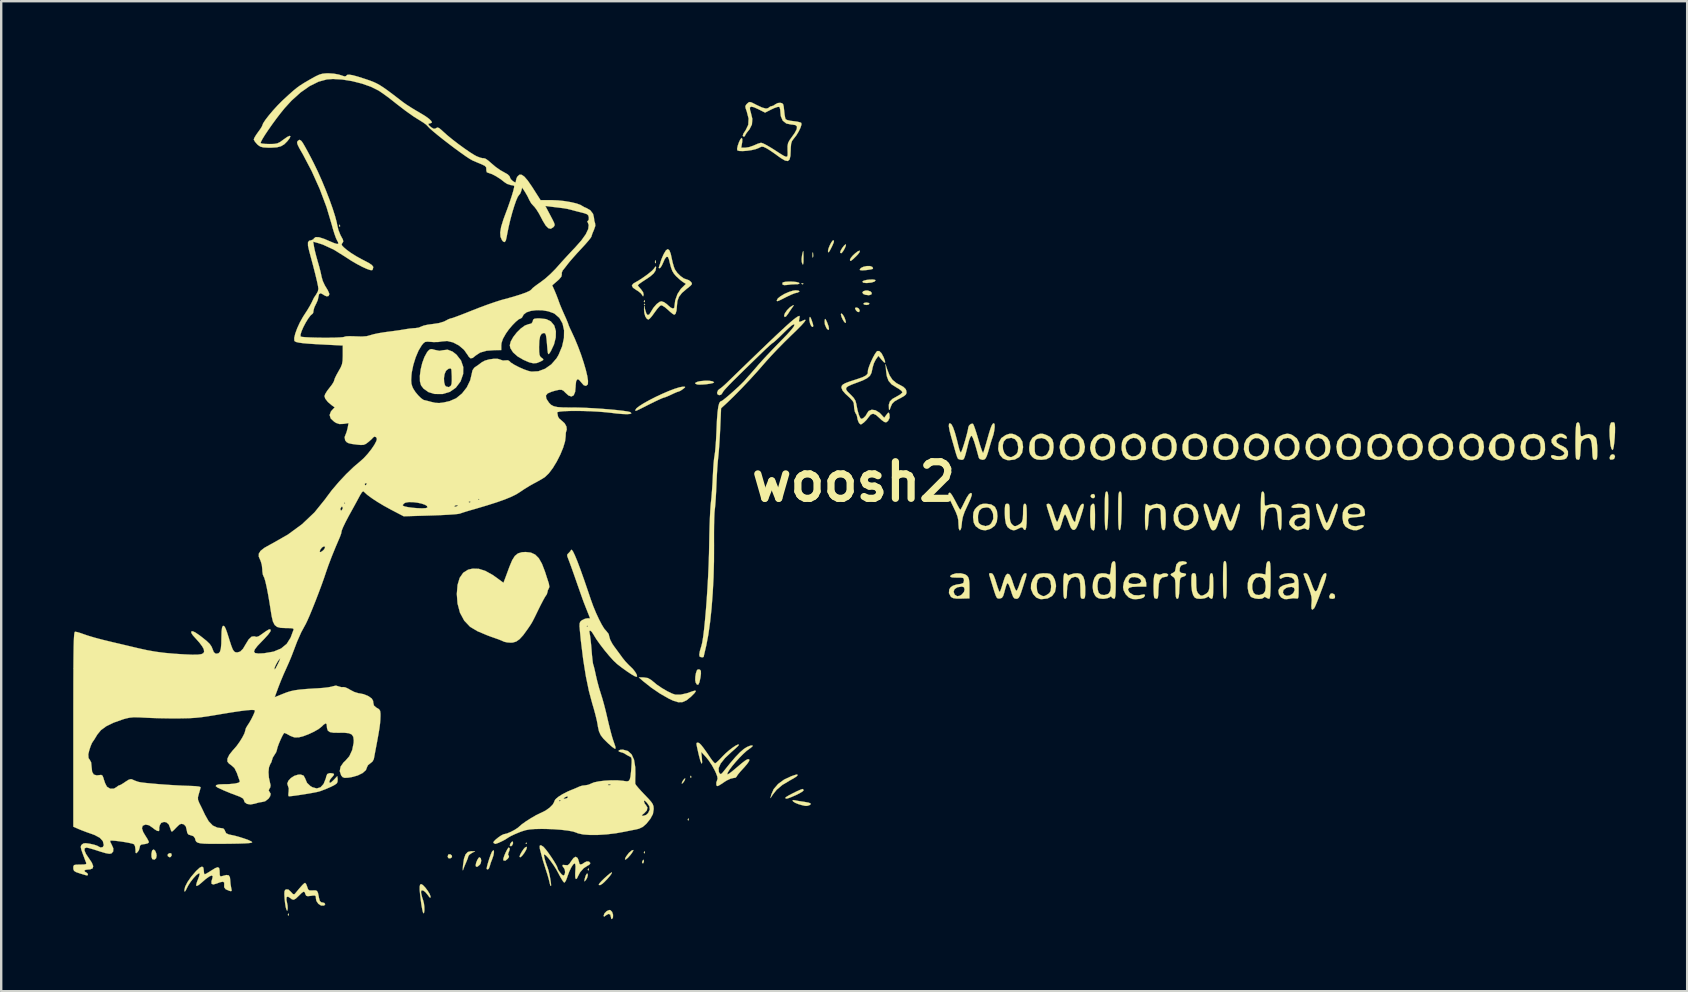
<source format=kicad_pcb>
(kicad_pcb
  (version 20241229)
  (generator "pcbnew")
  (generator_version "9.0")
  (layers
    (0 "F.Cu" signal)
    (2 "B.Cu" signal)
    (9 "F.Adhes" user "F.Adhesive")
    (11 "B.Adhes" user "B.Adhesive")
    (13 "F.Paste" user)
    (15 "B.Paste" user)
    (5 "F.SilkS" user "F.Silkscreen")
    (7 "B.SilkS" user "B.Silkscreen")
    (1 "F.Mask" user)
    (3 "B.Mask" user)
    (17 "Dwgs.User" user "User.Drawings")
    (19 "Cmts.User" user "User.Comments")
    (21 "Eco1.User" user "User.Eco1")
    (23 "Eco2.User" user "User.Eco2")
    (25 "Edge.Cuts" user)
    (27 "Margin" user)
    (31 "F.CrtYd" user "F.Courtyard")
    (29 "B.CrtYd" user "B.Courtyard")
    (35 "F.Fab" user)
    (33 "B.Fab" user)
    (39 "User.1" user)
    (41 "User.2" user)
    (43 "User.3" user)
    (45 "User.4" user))
  (footprint "woosh2"
    (layer "F.Cu")
    (at 32.517 17.023)
    (property "Reference" "woosh2" (at 0 0 0) (layer "F.SilkS") (effects (font (size 1.524 1.524) (thickness 0.3))))
    (attr through_hole)
    (fp_poly (pts (xy -13.614 15.062) (xy -13.64 15.088) (xy -13.665 15.062) (xy -13.64 15.037) (xy -13.614 15.062)) (stroke (width 0.01) (type solid)) (fill yes) (layer "F.SilkS"))
    (fp_poly (pts (xy -8.687 -7.391) (xy -8.712 -7.366) (xy -8.738 -7.391) (xy -8.712 -7.417) (xy -8.687 -7.391)) (stroke (width 0.01) (type solid)) (fill yes) (layer "F.SilkS"))
    (fp_poly (pts (xy -23.537 18) (xy -23.531 18.06) (xy -23.537 18.068) (xy -23.568 18.061) (xy -23.571 18.034) (xy -23.553 17.992) (xy -23.537 18)) (stroke (width 0.01) (type solid)) (fill yes) (layer "F.SilkS"))
    (fp_poly (pts (xy -21.404 -10.702) (xy -21.398 -10.642) (xy -21.404 -10.634) (xy -21.434 -10.641) (xy -21.438 -10.668) (xy -21.419 -10.71) (xy -21.404 -10.702)) (stroke (width 0.01) (type solid)) (fill yes) (layer "F.SilkS"))
    (fp_poly (pts (xy -11.041 16.121) (xy -11.034 16.181) (xy -11.041 16.188) (xy -11.071 16.181) (xy -11.074 16.154) (xy -11.056 16.113) (xy -11.041 16.121)) (stroke (width 0.01) (type solid)) (fill yes) (layer "F.SilkS"))
    (fp_poly (pts (xy -8.704 -7.552) (xy -8.698 -7.492) (xy -8.704 -7.485) (xy -8.734 -7.492) (xy -8.738 -7.518) (xy -8.719 -7.56) (xy -8.704 -7.552)) (stroke (width 0.01) (type solid)) (fill yes) (layer "F.SilkS"))
    (fp_poly (pts (xy -8.704 15.409) (xy -8.698 15.47) (xy -8.704 15.477) (xy -8.734 15.47) (xy -8.738 15.443) (xy -8.719 15.401) (xy -8.704 15.409)) (stroke (width 0.01) (type solid)) (fill yes) (layer "F.SilkS"))
    (fp_poly (pts (xy -8.246 -9.204) (xy -8.24 -9.125) (xy -8.25 -9.107) (xy -8.273 -9.122) (xy -8.276 -9.174) (xy -8.264 -9.228) (xy -8.246 -9.204)) (stroke (width 0.01) (type solid)) (fill yes) (layer "F.SilkS"))
    (fp_poly (pts (xy -6.875 14.038) (xy -6.869 14.098) (xy -6.875 14.105) (xy -6.905 14.098) (xy -6.909 14.072) (xy -6.89 14.03) (xy -6.875 14.038)) (stroke (width 0.01) (type solid)) (fill yes) (layer "F.SilkS"))
    (fp_poly (pts (xy -6.773 12.26) (xy -6.767 12.32) (xy -6.773 12.327) (xy -6.804 12.32) (xy -6.807 12.294) (xy -6.789 12.252) (xy -6.773 12.26)) (stroke (width 0.01) (type solid)) (fill yes) (layer "F.SilkS"))
    (fp_poly (pts (xy -2.1 -8.263) (xy -2.107 -8.233) (xy -2.134 -8.23) (xy -2.175 -8.248) (xy -2.167 -8.263) (xy -2.107 -8.27) (xy -2.1 -8.263)) (stroke (width 0.01) (type solid)) (fill yes) (layer "F.SilkS"))
    (fp_poly (pts (xy -8.74 15.789) (xy -8.738 15.824) (xy -8.764 15.892) (xy -8.787 15.9) (xy -8.815 15.863) (xy -8.807 15.824) (xy -8.771 15.757) (xy -8.758 15.748) (xy -8.74 15.789)) (stroke (width 0.01) (type solid)) (fill yes) (layer "F.SilkS"))
    (fp_poly (pts (xy -7.014 12.37) (xy -7.042 12.447) (xy -7.088 12.519) (xy -7.143 12.575) (xy -7.163 12.567) (xy -7.135 12.49) (xy -7.088 12.418) (xy -7.033 12.361) (xy -7.014 12.37)) (stroke (width 0.01) (type solid)) (fill yes) (layer "F.SilkS"))
    (fp_poly (pts (xy -1.692 -9.538) (xy -1.684 -9.409) (xy -1.692 -9.36) (xy -1.707 -9.344) (xy -1.715 -9.414) (xy -1.715 -9.449) (xy -1.71 -9.541) (xy -1.697 -9.552) (xy -1.692 -9.538)) (stroke (width 0.01) (type solid)) (fill yes) (layer "F.SilkS"))
    (fp_poly (pts (xy 0.629 -7.45) (xy 0.66 -7.417) (xy 0.617 -7.379) (xy 0.533 -7.366) (xy 0.438 -7.383) (xy 0.406 -7.417) (xy 0.45 -7.455) (xy 0.533 -7.468) (xy 0.629 -7.45)) (stroke (width 0.01) (type solid)) (fill yes) (layer "F.SilkS"))
    (fp_poly (pts (xy 10.045 0.546) (xy 10.056 0.623) (xy 10.018 0.679) (xy 9.944 0.679) (xy 9.91 0.663) (xy 9.87 0.598) (xy 9.906 0.534) (xy 9.985 0.508) (xy 10.045 0.546)) (stroke (width 0.01) (type solid)) (fill yes) (layer "F.SilkS"))
    (fp_poly (pts (xy -28.444 15.481) (xy -28.43 15.492) (xy -28.412 15.565) (xy -28.456 15.633) (xy -28.499 15.646) (xy -28.564 15.609) (xy -28.579 15.59) (xy -28.576 15.524) (xy -28.516 15.478) (xy -28.444 15.481)) (stroke (width 0.01) (type solid)) (fill yes) (layer "F.SilkS"))
    (fp_poly (pts (xy -16.741 15.573) (xy -16.734 15.639) (xy -16.735 15.641) (xy -16.805 15.692) (xy -16.881 15.684) (xy -16.916 15.624) (xy -16.892 15.542) (xy -16.876 15.526) (xy -16.803 15.524) (xy -16.741 15.573)) (stroke (width 0.01) (type solid)) (fill yes) (layer "F.SilkS"))
    (fp_poly (pts (xy -11.074 16.389) (xy -11.106 16.508) (xy -11.154 16.589) (xy -11.207 16.65) (xy -11.219 16.632) (xy -11.201 16.535) (xy -11.163 16.41) (xy -11.121 16.335) (xy -11.087 16.327) (xy -11.074 16.389)) (stroke (width 0.01) (type solid)) (fill yes) (layer "F.SilkS"))
    (fp_poly (pts (xy 0.216 -7.216) (xy 0.254 -7.14) (xy 0.254 -7.139) (xy 0.228 -7.069) (xy 0.16 -7.082) (xy 0.101 -7.139) (xy 0.061 -7.215) (xy 0.067 -7.247) (xy 0.138 -7.26) (xy 0.216 -7.216)) (stroke (width 0.01) (type solid)) (fill yes) (layer "F.SilkS"))
    (fp_poly (pts (xy 31.697 -1.12) (xy 31.725 -1.041) (xy 31.683 -0.951) (xy 31.606 -0.923) (xy 31.519 -0.927) (xy 31.501 -0.993) (xy 31.505 -1.025) (xy 31.55 -1.114) (xy 31.626 -1.147) (xy 31.697 -1.12)) (stroke (width 0.01) (type solid)) (fill yes) (layer "F.SilkS"))
    (fp_poly (pts (xy -14.2 14.993) (xy -14.19 15.06) (xy -14.224 15.145) (xy -14.278 15.189) (xy -14.28 15.189) (xy -14.324 15.157) (xy -14.325 15.151) (xy -14.3 15.075) (xy -14.249 15.008) (xy -14.203 14.991) (xy -14.2 14.993)) (stroke (width 0.01) (type solid)) (fill yes) (layer "F.SilkS"))
    (fp_poly (pts (xy 20.03 4.69) (xy 20.057 4.763) (xy 20.05 4.847) (xy 19.98 4.875) (xy 19.939 4.877) (xy 19.842 4.861) (xy 19.818 4.797) (xy 19.821 4.763) (xy 19.872 4.667) (xy 19.939 4.648) (xy 20.03 4.69)) (stroke (width 0.01) (type solid)) (fill yes) (layer "F.SilkS"))
    (fp_poly (pts (xy -15.535 15.687) (xy -15.516 15.783) (xy -15.536 15.893) (xy -15.573 15.955) (xy -15.672 16.039) (xy -15.732 16.039) (xy -15.748 15.979) (xy -15.728 15.877) (xy -15.681 15.761) (xy -15.626 15.672) (xy -15.591 15.646) (xy -15.535 15.687)) (stroke (width 0.01) (type solid)) (fill yes) (layer "F.SilkS"))
    (fp_poly (pts (xy -9.183 15.377) (xy -9.238 15.467) (xy -9.296 15.545) (xy -9.404 15.666) (xy -9.485 15.733) (xy -9.526 15.741) (xy -9.516 15.684) (xy -9.474 15.608) (xy -9.361 15.46) (xy -9.249 15.365) (xy -9.181 15.342) (xy -9.183 15.377)) (stroke (width 0.01) (type solid)) (fill yes) (layer "F.SilkS"))
    (fp_poly (pts (xy -1.785 -6.824) (xy -1.748 -6.728) (xy -1.696 -6.571) (xy -1.681 -6.487) (xy -1.699 -6.455) (xy -1.722 -6.452) (xy -1.769 -6.494) (xy -1.814 -6.591) (xy -1.842 -6.73) (xy -1.839 -6.83) (xy -1.818 -6.87) (xy -1.785 -6.824)) (stroke (width 0.01) (type solid)) (fill yes) (layer "F.SilkS"))
    (fp_poly (pts (xy -1.138 -6.713) (xy -1.101 -6.632) (xy -1.045 -6.479) (xy -1.026 -6.372) (xy -1.043 -6.325) (xy -1.092 -6.353) (xy -1.136 -6.41) (xy -1.198 -6.559) (xy -1.208 -6.69) (xy -1.195 -6.774) (xy -1.176 -6.784) (xy -1.138 -6.713)) (stroke (width 0.01) (type solid)) (fill yes) (layer "F.SilkS"))
    (fp_poly (pts (xy -0.463 -6.978) (xy -0.4 -6.88) (xy -0.375 -6.827) (xy -0.328 -6.69) (xy -0.324 -6.622) (xy -0.363 -6.633) (xy -0.396 -6.668) (xy -0.455 -6.764) (xy -0.504 -6.872) (xy -0.531 -6.98) (xy -0.512 -7.013) (xy -0.463 -6.978)) (stroke (width 0.01) (type solid)) (fill yes) (layer "F.SilkS"))
    (fp_poly (pts (xy 0.59 -7.967) (xy 0.707 -7.928) (xy 0.758 -7.865) (xy 0.739 -7.804) (xy 0.644 -7.774) (xy 0.626 -7.773) (xy 0.492 -7.79) (xy 0.407 -7.822) (xy 0.363 -7.882) (xy 0.399 -7.936) (xy 0.496 -7.967) (xy 0.59 -7.967)) (stroke (width 0.01) (type solid)) (fill yes) (layer "F.SilkS"))
    (fp_poly (pts (xy -29.104 15.372) (xy -29.058 15.48) (xy -29.042 15.576) (xy -29.064 15.688) (xy -29.13 15.745) (xy -29.213 15.727) (xy -29.225 15.716) (xy -29.254 15.633) (xy -29.257 15.505) (xy -29.233 15.385) (xy -29.217 15.352) (xy -29.162 15.322) (xy -29.104 15.372)) (stroke (width 0.01) (type solid)) (fill yes) (layer "F.SilkS"))
    (fp_poly (pts (xy -0.325 -9.832) (xy -0.368 -9.729) (xy -0.43 -9.619) (xy -0.491 -9.539) (xy -0.508 -9.525) (xy -0.553 -9.535) (xy -0.559 -9.566) (xy -0.533 -9.643) (xy -0.473 -9.743) (xy -0.401 -9.836) (xy -0.341 -9.888) (xy -0.321 -9.888) (xy -0.325 -9.832)) (stroke (width 0.01) (type solid)) (fill yes) (layer "F.SilkS"))
    (fp_poly (pts (xy 0.897 -8.41) (xy 0.914 -8.391) (xy 0.868 -8.339) (xy 0.743 -8.301) (xy 0.565 -8.282) (xy 0.516 -8.281) (xy 0.394 -8.297) (xy 0.368 -8.344) (xy 0.423 -8.38) (xy 0.537 -8.408) (xy 0.677 -8.424) (xy 0.809 -8.426) (xy 0.897 -8.41)) (stroke (width 0.01) (type solid)) (fill yes) (layer "F.SilkS"))
    (fp_poly (pts (xy -13.613 15.245) (xy -13.646 15.338) (xy -13.725 15.472) (xy -13.729 15.478) (xy -13.82 15.594) (xy -13.889 15.648) (xy -13.919 15.627) (xy -13.919 15.618) (xy -13.892 15.536) (xy -13.826 15.417) (xy -13.748 15.302) (xy -13.694 15.243) (xy -13.628 15.208) (xy -13.613 15.245)) (stroke (width 0.01) (type solid)) (fill yes) (layer "F.SilkS"))
    (fp_poly (pts (xy -2.499 -7.341) (xy -2.556 -7.26) (xy -2.652 -7.122) (xy -2.732 -6.998) (xy -2.816 -6.889) (xy -2.873 -6.863) (xy -2.896 -6.923) (xy -2.896 -6.927) (xy -2.859 -7.028) (xy -2.77 -7.153) (xy -2.655 -7.268) (xy -2.575 -7.323) (xy -2.502 -7.359) (xy -2.499 -7.341)) (stroke (width 0.01) (type solid)) (fill yes) (layer "F.SilkS"))
    (fp_poly (pts (xy -2.093 -9.56) (xy -2.089 -9.418) (xy -2.088 -9.36) (xy -2.09 -9.164) (xy -2.103 -9.062) (xy -2.126 -9.056) (xy -2.158 -9.148) (xy -2.16 -9.157) (xy -2.167 -9.28) (xy -2.148 -9.44) (xy -2.141 -9.474) (xy -2.115 -9.58) (xy -2.1 -9.611) (xy -2.093 -9.56)) (stroke (width 0.01) (type solid)) (fill yes) (layer "F.SilkS"))
    (fp_poly (pts (xy -0.82 -10.044) (xy -0.824 -9.988) (xy -0.87 -9.873) (xy -0.919 -9.77) (xy -0.997 -9.619) (xy -1.043 -9.558) (xy -1.064 -9.581) (xy -1.067 -9.625) (xy -1.046 -9.72) (xy -0.996 -9.846) (xy -0.933 -9.966) (xy -0.876 -10.045) (xy -0.854 -10.058) (xy -0.82 -10.044)) (stroke (width 0.01) (type solid)) (fill yes) (layer "F.SilkS"))
    (fp_poly (pts (xy 0.255 -9.626) (xy 0.253 -9.575) (xy 0.182 -9.476) (xy 0.103 -9.394) (xy -0.03 -9.268) (xy -0.108 -9.208) (xy -0.144 -9.207) (xy -0.152 -9.251) (xy -0.118 -9.324) (xy -0.035 -9.424) (xy 0.072 -9.524) (xy 0.175 -9.601) (xy 0.246 -9.629) (xy 0.255 -9.626)) (stroke (width 0.01) (type solid)) (fill yes) (layer "F.SilkS"))
    (fp_poly (pts (xy -6.405 7.828) (xy -6.365 7.882) (xy -6.362 7.999) (xy -6.381 8.152) (xy -6.423 8.352) (xy -6.471 8.452) (xy -6.527 8.451) (xy -6.581 8.368) (xy -6.6 8.265) (xy -6.595 8.123) (xy -6.571 7.978) (xy -6.533 7.864) (xy -6.489 7.817) (xy -6.488 7.817) (xy -6.405 7.828)) (stroke (width 0.01) (type solid)) (fill yes) (layer "F.SilkS"))
    (fp_poly (pts (xy 0.777 -8.952) (xy 0.789 -8.937) (xy 0.809 -8.894) (xy 0.79 -8.866) (xy 0.711 -8.846) (xy 0.554 -8.823) (xy 0.521 -8.819) (xy 0.353 -8.807) (xy 0.265 -8.82) (xy 0.254 -8.836) (xy 0.299 -8.904) (xy 0.409 -8.957) (xy 0.549 -8.987) (xy 0.684 -8.988) (xy 0.777 -8.952)) (stroke (width 0.01) (type solid)) (fill yes) (layer "F.SilkS"))
    (fp_poly (pts (xy -10.086 16.327) (xy -10.155 16.424) (xy -10.259 16.546) (xy -10.378 16.669) (xy -10.465 16.748) (xy -10.559 16.806) (xy -10.612 16.801) (xy -10.617 16.781) (xy -10.584 16.726) (xy -10.498 16.632) (xy -10.382 16.519) (xy -10.26 16.409) (xy -10.153 16.321) (xy -10.084 16.277) (xy -10.071 16.277) (xy -10.086 16.327)) (stroke (width 0.01) (type solid)) (fill yes) (layer "F.SilkS"))
    (fp_poly (pts (xy -6.014 -4.208) (xy -5.881 -4.186) (xy -5.818 -4.149) (xy -5.817 -4.14) (xy -5.862 -4.113) (xy -5.979 -4.086) (xy -6.136 -4.064) (xy -6.303 -4.05) (xy -6.449 -4.048) (xy -6.52 -4.055) (xy -6.599 -4.088) (xy -6.587 -4.129) (xy -6.495 -4.169) (xy -6.387 -4.192) (xy -6.191 -4.21) (xy -6.014 -4.208)) (stroke (width 0.01) (type solid)) (fill yes) (layer "F.SilkS"))
    (fp_poly (pts (xy -14.328 15.278) (xy -14.346 15.377) (xy -14.377 15.443) (xy -14.4 15.539) (xy -14.373 15.572) (xy -14.358 15.631) (xy -14.406 15.702) (xy -14.509 15.788) (xy -14.58 15.781) (xy -14.597 15.761) (xy -14.592 15.695) (xy -14.553 15.577) (xy -14.495 15.441) (xy -14.433 15.32) (xy -14.381 15.248) (xy -14.367 15.24) (xy -14.328 15.278)) (stroke (width 0.01) (type solid)) (fill yes) (layer "F.SilkS"))
    (fp_poly (pts (xy -2.532 -8.338) (xy -2.38 -8.322) (xy -2.283 -8.295) (xy -2.272 -8.287) (xy -2.261 -8.25) (xy -2.331 -8.232) (xy -2.422 -8.23) (xy -2.6 -8.222) (xy -2.763 -8.202) (xy -2.781 -8.199) (xy -2.899 -8.193) (xy -2.966 -8.221) (xy -2.963 -8.291) (xy -2.945 -8.306) (xy -2.852 -8.331) (xy -2.702 -8.341) (xy -2.532 -8.338)) (stroke (width 0.01) (type solid)) (fill yes) (layer "F.SilkS"))
    (fp_poly (pts (xy -2.426 13.276) (xy -2.309 13.299) (xy -2.14 13.325) (xy -2.045 13.339) (xy -1.867 13.372) (xy -1.786 13.411) (xy -1.804 13.455) (xy -1.858 13.482) (xy -1.938 13.504) (xy -2.024 13.503) (xy -2.15 13.475) (xy -2.299 13.432) (xy -2.43 13.379) (xy -2.516 13.325) (xy -2.547 13.281) (xy -2.509 13.263) (xy -2.426 13.276)) (stroke (width 0.01) (type solid)) (fill yes) (layer "F.SilkS"))
    (fp_poly (pts (xy -10.138 17.848) (xy -10.065 17.92) (xy -10.024 18.04) (xy -10.027 18.156) (xy -10.052 18.2) (xy -10.096 18.221) (xy -10.109 18.151) (xy -10.109 18.149) (xy -10.138 18.034) (xy -10.214 18.005) (xy -10.316 18.062) (xy -10.388 18.118) (xy -10.412 18.101) (xy -10.414 18.075) (xy -10.376 17.977) (xy -10.286 17.889) (xy -10.184 17.844) (xy -10.138 17.848)) (stroke (width 0.01) (type solid)) (fill yes) (layer "F.SilkS"))
    (fp_poly (pts (xy -14.987 15.396) (xy -14.986 15.437) (xy -15.007 15.567) (xy -15.057 15.714) (xy -15.057 15.715) (xy -15.118 15.873) (xy -15.16 16.015) (xy -15.198 16.116) (xy -15.241 16.154) (xy -15.29 16.134) (xy -15.291 16.128) (xy -15.275 16.031) (xy -15.234 15.878) (xy -15.18 15.704) (xy -15.123 15.542) (xy -15.074 15.426) (xy -15.054 15.394) (xy -15.003 15.352) (xy -14.987 15.396)) (stroke (width 0.01) (type solid)) (fill yes) (layer "F.SilkS"))
    (fp_poly (pts (xy -2.341 12.204) (xy -2.337 12.234) (xy -2.337 12.235) (xy -2.379 12.278) (xy -2.488 12.35) (xy -2.643 12.437) (xy -2.654 12.443) (xy -2.97 12.632) (xy -3.206 12.832) (xy -3.364 13.03) (xy -3.464 13.183) (xy -3.431 13.038) (xy -3.332 12.809) (xy -3.148 12.594) (xy -2.895 12.409) (xy -2.597 12.27) (xy -2.448 12.219) (xy -2.37 12.197) (xy -2.341 12.204)) (stroke (width 0.01) (type solid)) (fill yes) (layer "F.SilkS"))
    (fp_poly (pts (xy -2.084 12.841) (xy -2.083 12.856) (xy -2.126 12.902) (xy -2.239 12.972) (xy -2.398 13.053) (xy -2.412 13.059) (xy -2.62 13.149) (xy -2.752 13.196) (xy -2.822 13.202) (xy -2.845 13.171) (xy -2.845 13.166) (xy -2.803 13.13) (xy -2.695 13.065) (xy -2.548 12.988) (xy -2.39 12.909) (xy -2.246 12.844) (xy -2.145 12.806) (xy -2.12 12.802) (xy -2.084 12.841)) (stroke (width 0.01) (type solid)) (fill yes) (layer "F.SilkS"))
    (fp_poly (pts (xy 31.699 -2.458) (xy 31.718 -2.388) (xy 31.726 -2.247) (xy 31.724 -2.062) (xy 31.714 -1.856) (xy 31.696 -1.654) (xy 31.674 -1.481) (xy 31.648 -1.362) (xy 31.623 -1.321) (xy 31.58 -1.368) (xy 31.543 -1.495) (xy 31.529 -1.587) (xy 31.5 -1.9) (xy 31.495 -2.158) (xy 31.513 -2.347) (xy 31.553 -2.454) (xy 31.576 -2.472) (xy 31.668 -2.476) (xy 31.699 -2.458)) (stroke (width 0.01) (type solid)) (fill yes) (layer "F.SilkS"))
    (fp_poly (pts (xy -15.937 15.394) (xy -15.773 15.396) (xy -15.913 15.472) (xy -16.011 15.54) (xy -16.053 15.599) (xy -16.053 15.6) (xy -16.072 15.675) (xy -16.122 15.802) (xy -16.149 15.865) (xy -16.215 16.018) (xy -16.264 16.148) (xy -16.274 16.18) (xy -16.284 16.189) (xy -16.284 16.113) (xy -16.274 15.977) (xy -16.234 15.707) (xy -16.17 15.527) (xy -16.075 15.426) (xy -15.945 15.394) (xy -15.937 15.394)) (stroke (width 0.01) (type solid)) (fill yes) (layer "F.SilkS"))
    (fp_poly (pts (xy -2.297 -7.964) (xy -2.257 -7.933) (xy -2.261 -7.925) (xy -2.333 -7.88) (xy -2.378 -7.874) (xy -2.463 -7.851) (xy -2.608 -7.793) (xy -2.784 -7.709) (xy -2.81 -7.696) (xy -2.998 -7.6) (xy -3.113 -7.546) (xy -3.173 -7.525) (xy -3.197 -7.534) (xy -3.2 -7.561) (xy -3.156 -7.64) (xy -3.04 -7.733) (xy -2.88 -7.827) (xy -2.7 -7.907) (xy -2.528 -7.961) (xy -2.416 -7.976) (xy -2.297 -7.964)) (stroke (width 0.01) (type solid)) (fill yes) (layer "F.SilkS"))
    (fp_poly (pts (xy 10.02 0.935) (xy 10.041 1.005) (xy 10.053 1.142) (xy 10.058 1.358) (xy 10.058 1.473) (xy 10.056 1.727) (xy 10.047 1.895) (xy 10.029 1.991) (xy 10.002 2.029) (xy 9.988 2.032) (xy 9.922 1.989) (xy 9.887 1.918) (xy 9.87 1.799) (xy 9.86 1.622) (xy 9.857 1.418) (xy 9.861 1.221) (xy 9.872 1.066) (xy 9.886 0.995) (xy 9.949 0.925) (xy 9.988 0.914) (xy 10.02 0.935)) (stroke (width 0.01) (type solid)) (fill yes) (layer "F.SilkS"))
    (fp_poly (pts (xy 10.572 0.418) (xy 10.592 0.464) (xy 10.604 0.557) (xy 10.61 0.712) (xy 10.61 0.943) (xy 10.606 1.202) (xy 10.598 1.531) (xy 10.585 1.767) (xy 10.568 1.921) (xy 10.546 2.002) (xy 10.528 2.019) (xy 10.504 2.005) (xy 10.486 1.934) (xy 10.474 1.797) (xy 10.467 1.583) (xy 10.465 1.279) (xy 10.465 1.223) (xy 10.466 0.914) (xy 10.47 0.692) (xy 10.48 0.544) (xy 10.495 0.457) (xy 10.517 0.415) (xy 10.542 0.406) (xy 10.572 0.418)) (stroke (width 0.01) (type solid)) (fill yes) (layer "F.SilkS"))
    (fp_poly (pts (xy 11.131 0.418) (xy 11.151 0.464) (xy 11.163 0.557) (xy 11.169 0.712) (xy 11.168 0.943) (xy 11.165 1.202) (xy 11.156 1.531) (xy 11.144 1.767) (xy 11.127 1.921) (xy 11.104 2.002) (xy 11.087 2.019) (xy 11.062 2.005) (xy 11.044 1.934) (xy 11.033 1.797) (xy 11.026 1.583) (xy 11.024 1.279) (xy 11.024 1.223) (xy 11.025 0.914) (xy 11.029 0.692) (xy 11.038 0.544) (xy 11.053 0.457) (xy 11.076 0.415) (xy 11.101 0.406) (xy 11.131 0.418)) (stroke (width 0.01) (type solid)) (fill yes) (layer "F.SilkS"))
    (fp_poly (pts (xy 15.498 3.316) (xy 15.519 3.366) (xy 15.533 3.466) (xy 15.541 3.632) (xy 15.544 3.875) (xy 15.545 4.089) (xy 15.543 4.393) (xy 15.539 4.609) (xy 15.529 4.752) (xy 15.513 4.834) (xy 15.489 4.871) (xy 15.469 4.877) (xy 15.439 4.863) (xy 15.418 4.813) (xy 15.405 4.712) (xy 15.397 4.547) (xy 15.393 4.304) (xy 15.392 4.089) (xy 15.394 3.786) (xy 15.399 3.569) (xy 15.408 3.427) (xy 15.424 3.344) (xy 15.448 3.308) (xy 15.469 3.302) (xy 15.498 3.316)) (stroke (width 0.01) (type solid)) (fill yes) (layer "F.SilkS"))
    (fp_poly (pts (xy -8.744 8.153) (xy -8.571 8.179) (xy -8.424 8.266) (xy -8.371 8.312) (xy -8.2 8.453) (xy -7.988 8.597) (xy -7.766 8.727) (xy -7.564 8.825) (xy -7.426 8.871) (xy -7.218 8.872) (xy -6.942 8.811) (xy -6.712 8.73) (xy -6.601 8.699) (xy -6.574 8.725) (xy -6.631 8.809) (xy -6.771 8.95) (xy -6.787 8.964) (xy -6.968 9.109) (xy -7.135 9.182) (xy -7.311 9.185) (xy -7.523 9.119) (xy -7.712 9.029) (xy -8.072 8.822) (xy -8.44 8.571) (xy -8.766 8.312) (xy -8.776 8.304) (xy -8.95 8.151) (xy -8.744 8.153)) (stroke (width 0.01) (type solid)) (fill yes) (layer "F.SilkS"))
    (fp_poly (pts (xy 13.029 3.817) (xy 13.099 3.858) (xy 13.106 3.886) (xy 13.063 3.948) (xy 12.987 3.962) (xy 12.853 3.992) (xy 12.764 4.088) (xy 12.715 4.261) (xy 12.7 4.513) (xy 12.694 4.715) (xy 12.676 4.831) (xy 12.642 4.875) (xy 12.632 4.877) (xy 12.546 4.854) (xy 12.531 4.843) (xy 12.516 4.78) (xy 12.504 4.641) (xy 12.498 4.448) (xy 12.497 4.338) (xy 12.503 4.078) (xy 12.525 3.911) (xy 12.565 3.829) (xy 12.625 3.826) (xy 12.666 3.854) (xy 12.763 3.876) (xy 12.803 3.859) (xy 12.918 3.816) (xy 13.029 3.817)) (stroke (width 0.01) (type solid)) (fill yes) (layer "F.SilkS"))
    (fp_poly (pts (xy -17.947 16.804) (xy -17.85 16.905) (xy -17.75 17.037) (xy -17.668 17.17) (xy -17.629 17.275) (xy -17.628 17.289) (xy -17.639 17.335) (xy -17.679 17.305) (xy -17.744 17.216) (xy -17.839 17.102) (xy -17.931 17.033) (xy -17.951 17.027) (xy -18.013 17.032) (xy -18.025 17.1) (xy -18.017 17.153) (xy -17.979 17.314) (xy -17.937 17.44) (xy -17.904 17.567) (xy -17.886 17.716) (xy -17.884 17.857) (xy -17.898 17.956) (xy -17.921 17.983) (xy -17.945 17.936) (xy -17.975 17.811) (xy -18.007 17.629) (xy -18.024 17.513) (xy -18.061 17.214) (xy -18.08 17.002) (xy -18.08 16.865) (xy -18.062 16.79) (xy -18.026 16.764) (xy -18.019 16.764) (xy -17.947 16.804)) (stroke (width 0.01) (type solid)) (fill yes) (layer "F.SilkS"))
    (fp_poly (pts (xy -8.234 -8.96) (xy -8.231 -8.925) (xy -8.253 -8.799) (xy -8.333 -8.679) (xy -8.483 -8.549) (xy -8.663 -8.428) (xy -8.82 -8.325) (xy -8.936 -8.242) (xy -8.99 -8.194) (xy -8.992 -8.19) (xy -8.96 -8.136) (xy -8.881 -8.044) (xy -8.86 -8.022) (xy -8.773 -7.899) (xy -8.75 -7.795) (xy -8.75 -7.79) (xy -8.772 -7.725) (xy -8.799 -7.757) (xy -8.811 -7.785) (xy -8.878 -7.864) (xy -8.998 -7.955) (xy -9.048 -7.985) (xy -9.192 -8.085) (xy -9.239 -8.172) (xy -9.188 -8.25) (xy -9.131 -8.286) (xy -8.943 -8.394) (xy -8.744 -8.526) (xy -8.556 -8.663) (xy -8.405 -8.788) (xy -8.316 -8.882) (xy -8.312 -8.889) (xy -8.256 -8.967) (xy -8.234 -8.96)) (stroke (width 0.01) (type solid)) (fill yes) (layer "F.SilkS"))
    (fp_poly (pts (xy 1.397 -4.687) (xy 1.499 -4.429) (xy 1.621 -4.245) (xy 1.784 -4.11) (xy 1.909 -4.043) (xy 2.078 -3.949) (xy 2.169 -3.86) (xy 2.196 -3.789) (xy 2.204 -3.704) (xy 2.179 -3.638) (xy 2.104 -3.573) (xy 1.963 -3.492) (xy 1.856 -3.438) (xy 1.695 -3.343) (xy 1.602 -3.247) (xy 1.544 -3.116) (xy 1.544 -3.116) (xy 1.503 -3.006) (xy 1.478 -2.996) (xy 1.473 -3.023) (xy 1.467 -3.211) (xy 1.511 -3.346) (xy 1.621 -3.454) (xy 1.808 -3.558) (xy 1.938 -3.634) (xy 2.019 -3.704) (xy 2.032 -3.733) (xy 1.99 -3.792) (xy 1.884 -3.872) (xy 1.792 -3.925) (xy 1.585 -4.056) (xy 1.455 -4.205) (xy 1.383 -4.401) (xy 1.355 -4.597) (xy 1.329 -4.902) (xy 1.397 -4.687)) (stroke (width 0.01) (type solid)) (fill yes) (layer "F.SilkS"))
    (fp_poly (pts (xy 20.159 0.927) (xy 20.175 0.975) (xy 20.161 1.073) (xy 20.112 1.235) (xy 20.028 1.475) (xy 20.02 1.498) (xy 19.919 1.757) (xy 19.835 1.925) (xy 19.761 2.009) (xy 19.689 2.017) (xy 19.613 1.956) (xy 19.604 1.945) (xy 19.554 1.858) (xy 19.491 1.711) (xy 19.423 1.527) (xy 19.358 1.333) (xy 19.304 1.154) (xy 19.271 1.014) (xy 19.265 0.939) (xy 19.268 0.934) (xy 19.337 0.915) (xy 19.412 0.993) (xy 19.494 1.169) (xy 19.553 1.34) (xy 19.614 1.52) (xy 19.668 1.656) (xy 19.705 1.724) (xy 19.711 1.727) (xy 19.747 1.684) (xy 19.8 1.572) (xy 19.834 1.486) (xy 19.938 1.208) (xy 20.021 1.024) (xy 20.084 0.93) (xy 20.113 0.914) (xy 20.159 0.927)) (stroke (width 0.01) (type solid)) (fill yes) (layer "F.SilkS"))
    (fp_poly (pts (xy -7.025 -3.957) (xy -7.025 -3.932) (xy -7.104 -3.867) (xy -7.112 -3.861) (xy -7.216 -3.79) (xy -7.289 -3.76) (xy -7.29 -3.76) (xy -7.361 -3.738) (xy -7.489 -3.683) (xy -7.595 -3.633) (xy -7.745 -3.564) (xy -7.862 -3.518) (xy -7.906 -3.507) (xy -7.971 -3.484) (xy -8.107 -3.424) (xy -8.294 -3.336) (xy -8.512 -3.228) (xy -8.516 -3.226) (xy -8.754 -3.105) (xy -8.916 -3.024) (xy -9.016 -2.977) (xy -9.069 -2.957) (xy -9.09 -2.959) (xy -9.094 -2.977) (xy -9.093 -2.991) (xy -9.048 -3.06) (xy -8.925 -3.156) (xy -8.741 -3.272) (xy -8.511 -3.4) (xy -8.253 -3.532) (xy -7.982 -3.659) (xy -7.717 -3.774) (xy -7.474 -3.867) (xy -7.268 -3.932) (xy -7.118 -3.961) (xy -7.098 -3.961) (xy -7.025 -3.957)) (stroke (width 0.01) (type solid)) (fill yes) (layer "F.SilkS"))
    (fp_poly (pts (xy 9.254 -1.985) (xy 9.423 -1.904) (xy 9.556 -1.749) (xy 9.583 -1.691) (xy 9.638 -1.454) (xy 9.604 -1.24) (xy 9.496 -1.067) (xy 9.327 -0.949) (xy 9.111 -0.9) (xy 8.903 -0.925) (xy 8.741 -1.017) (xy 8.632 -1.186) (xy 8.586 -1.418) (xy 8.586 -1.421) (xy 8.788 -1.421) (xy 8.825 -1.226) (xy 8.922 -1.095) (xy 9.06 -1.037) (xy 9.218 -1.062) (xy 9.347 -1.15) (xy 9.406 -1.263) (xy 9.426 -1.424) (xy 9.41 -1.59) (xy 9.358 -1.721) (xy 9.325 -1.757) (xy 9.158 -1.83) (xy 9.003 -1.813) (xy 8.879 -1.717) (xy 8.803 -1.554) (xy 8.788 -1.421) (xy 8.586 -1.421) (xy 8.585 -1.464) (xy 8.626 -1.676) (xy 8.734 -1.839) (xy 8.889 -1.948) (xy 9.069 -1.999) (xy 9.254 -1.985)) (stroke (width 0.01) (type solid)) (fill yes) (layer "F.SilkS"))
    (fp_poly (pts (xy 14.075 0.957) (xy 14.228 1.069) (xy 14.327 1.231) (xy 14.368 1.421) (xy 14.345 1.616) (xy 14.253 1.797) (xy 14.124 1.918) (xy 13.949 2.008) (xy 13.783 2.018) (xy 13.591 1.95) (xy 13.576 1.943) (xy 13.424 1.815) (xy 13.343 1.627) (xy 13.338 1.437) (xy 13.513 1.437) (xy 13.549 1.64) (xy 13.646 1.778) (xy 13.784 1.842) (xy 13.947 1.821) (xy 14.084 1.737) (xy 14.151 1.622) (xy 14.171 1.457) (xy 14.145 1.286) (xy 14.094 1.18) (xy 13.98 1.088) (xy 13.843 1.067) (xy 13.672 1.11) (xy 13.559 1.232) (xy 13.513 1.418) (xy 13.513 1.437) (xy 13.338 1.437) (xy 13.337 1.397) (xy 13.37 1.253) (xy 13.467 1.066) (xy 13.62 0.956) (xy 13.841 0.916) (xy 13.874 0.915) (xy 14.075 0.957)) (stroke (width 0.01) (type solid)) (fill yes) (layer "F.SilkS"))
    (fp_poly (pts (xy 23.27 -1.992) (xy 23.44 -1.926) (xy 23.582 -1.807) (xy 23.68 -1.647) (xy 23.718 -1.456) (xy 23.681 -1.245) (xy 23.647 -1.167) (xy 23.508 -1) (xy 23.312 -0.909) (xy 23.078 -0.9) (xy 22.975 -0.922) (xy 22.82 -1.013) (xy 22.713 -1.17) (xy 22.66 -1.366) (xy 22.662 -1.421) (xy 22.86 -1.421) (xy 22.897 -1.226) (xy 22.994 -1.095) (xy 23.131 -1.037) (xy 23.289 -1.062) (xy 23.419 -1.15) (xy 23.478 -1.263) (xy 23.498 -1.424) (xy 23.481 -1.59) (xy 23.43 -1.721) (xy 23.396 -1.757) (xy 23.23 -1.83) (xy 23.075 -1.813) (xy 22.951 -1.717) (xy 22.875 -1.554) (xy 22.86 -1.421) (xy 22.662 -1.421) (xy 22.668 -1.571) (xy 22.746 -1.76) (xy 22.753 -1.771) (xy 22.911 -1.925) (xy 23.089 -1.996) (xy 23.27 -1.992)) (stroke (width 0.01) (type solid)) (fill yes) (layer "F.SilkS"))
    (fp_poly (pts (xy 11.829 -1.969) (xy 11.879 -1.945) (xy 12.062 -1.814) (xy 12.159 -1.638) (xy 12.177 -1.404) (xy 12.174 -1.379) (xy 12.109 -1.155) (xy 11.97 -0.996) (xy 11.769 -0.91) (xy 11.525 -0.903) (xy 11.348 -0.972) (xy 11.226 -1.118) (xy 11.168 -1.332) (xy 11.164 -1.412) (xy 11.169 -1.47) (xy 11.328 -1.47) (xy 11.364 -1.262) (xy 11.458 -1.12) (xy 11.594 -1.053) (xy 11.756 -1.071) (xy 11.9 -1.159) (xy 11.967 -1.274) (xy 11.987 -1.438) (xy 11.96 -1.609) (xy 11.91 -1.716) (xy 11.792 -1.811) (xy 11.65 -1.829) (xy 11.509 -1.781) (xy 11.395 -1.676) (xy 11.333 -1.527) (xy 11.328 -1.47) (xy 11.169 -1.47) (xy 11.182 -1.636) (xy 11.244 -1.789) (xy 11.366 -1.895) (xy 11.485 -1.951) (xy 11.623 -2.001) (xy 11.721 -2.007) (xy 11.829 -1.969)) (stroke (width 0.01) (type solid)) (fill yes) (layer "F.SilkS"))
    (fp_poly (pts (xy 28.471 -1.969) (xy 28.641 -1.89) (xy 28.748 -1.768) (xy 28.802 -1.585) (xy 28.81 -1.325) (xy 28.809 -1.314) (xy 28.756 -1.136) (xy 28.628 -1.001) (xy 28.447 -0.92) (xy 28.234 -0.904) (xy 28.09 -0.934) (xy 27.921 -1.035) (xy 27.821 -1.205) (xy 27.788 -1.449) (xy 27.792 -1.467) (xy 27.992 -1.467) (xy 28.001 -1.296) (xy 28.05 -1.165) (xy 28.054 -1.159) (xy 28.19 -1.059) (xy 28.352 -1.046) (xy 28.514 -1.12) (xy 28.55 -1.15) (xy 28.608 -1.263) (xy 28.629 -1.424) (xy 28.612 -1.59) (xy 28.561 -1.721) (xy 28.527 -1.757) (xy 28.365 -1.822) (xy 28.193 -1.807) (xy 28.084 -1.745) (xy 28.02 -1.631) (xy 27.992 -1.467) (xy 27.792 -1.467) (xy 27.83 -1.68) (xy 27.946 -1.856) (xy 28.119 -1.965) (xy 28.332 -1.995) (xy 28.471 -1.969)) (stroke (width 0.01) (type solid)) (fill yes) (layer "F.SilkS"))
    (fp_poly (pts (xy 4.059 0.499) (xy 4.132 0.611) (xy 4.22 0.771) (xy 4.242 0.813) (xy 4.329 0.98) (xy 4.399 1.105) (xy 4.44 1.166) (xy 4.444 1.168) (xy 4.476 1.126) (xy 4.535 1.017) (xy 4.591 0.902) (xy 4.71 0.665) (xy 4.805 0.521) (xy 4.878 0.467) (xy 4.92 0.483) (xy 4.923 0.556) (xy 4.872 0.711) (xy 4.767 0.945) (xy 4.748 0.983) (xy 4.624 1.253) (xy 4.55 1.47) (xy 4.515 1.662) (xy 4.511 1.716) (xy 4.489 1.906) (xy 4.453 2.009) (xy 4.415 2.024) (xy 4.383 1.947) (xy 4.369 1.775) (xy 4.369 1.756) (xy 4.361 1.6) (xy 4.33 1.453) (xy 4.267 1.283) (xy 4.163 1.062) (xy 4.139 1.013) (xy 4.024 0.773) (xy 3.961 0.608) (xy 3.947 0.508) (xy 3.98 0.463) (xy 4.016 0.457) (xy 4.059 0.499)) (stroke (width 0.01) (type solid)) (fill yes) (layer "F.SilkS"))
    (fp_poly (pts (xy 18.191 -1.984) (xy 18.284 -1.943) (xy 18.467 -1.807) (xy 18.564 -1.617) (xy 18.574 -1.375) (xy 18.57 -1.347) (xy 18.494 -1.129) (xy 18.349 -0.979) (xy 18.146 -0.905) (xy 17.899 -0.916) (xy 17.891 -0.917) (xy 17.713 -1.003) (xy 17.592 -1.157) (xy 17.538 -1.36) (xy 17.547 -1.453) (xy 17.729 -1.453) (xy 17.765 -1.262) (xy 17.857 -1.125) (xy 17.984 -1.05) (xy 18.127 -1.047) (xy 18.264 -1.126) (xy 18.315 -1.186) (xy 18.383 -1.349) (xy 18.384 -1.521) (xy 18.329 -1.677) (xy 18.226 -1.789) (xy 18.093 -1.829) (xy 17.902 -1.791) (xy 17.781 -1.679) (xy 17.731 -1.496) (xy 17.729 -1.453) (xy 17.547 -1.453) (xy 17.559 -1.592) (xy 17.574 -1.644) (xy 17.635 -1.789) (xy 17.719 -1.881) (xy 17.857 -1.949) (xy 17.928 -1.974) (xy 18.067 -2.005) (xy 18.191 -1.984)) (stroke (width 0.01) (type solid)) (fill yes) (layer "F.SilkS"))
    (fp_poly (pts (xy 22.145 -1.949) (xy 22.292 -1.833) (xy 22.393 -1.672) (xy 22.44 -1.483) (xy 22.422 -1.286) (xy 22.329 -1.098) (xy 22.275 -1.036) (xy 22.122 -0.946) (xy 21.923 -0.91) (xy 21.717 -0.927) (xy 21.546 -1.001) (xy 21.532 -1.012) (xy 21.463 -1.084) (xy 21.426 -1.177) (xy 21.413 -1.325) (xy 21.412 -1.413) (xy 21.415 -1.45) (xy 21.59 -1.45) (xy 21.624 -1.242) (xy 21.714 -1.102) (xy 21.843 -1.036) (xy 21.993 -1.053) (xy 22.146 -1.162) (xy 22.167 -1.185) (xy 22.227 -1.319) (xy 22.236 -1.489) (xy 22.197 -1.653) (xy 22.117 -1.764) (xy 21.953 -1.834) (xy 21.798 -1.815) (xy 21.675 -1.72) (xy 21.601 -1.559) (xy 21.59 -1.45) (xy 21.415 -1.45) (xy 21.429 -1.642) (xy 21.491 -1.798) (xy 21.613 -1.906) (xy 21.758 -1.971) (xy 21.964 -2.001) (xy 22.145 -1.949)) (stroke (width 0.01) (type solid)) (fill yes) (layer "F.SilkS"))
    (fp_poly (pts (xy 24.592 -1.987) (xy 24.678 -1.946) (xy 24.862 -1.816) (xy 24.96 -1.641) (xy 24.978 -1.408) (xy 24.976 -1.379) (xy 24.91 -1.156) (xy 24.771 -0.996) (xy 24.572 -0.909) (xy 24.333 -0.904) (xy 24.151 -0.978) (xy 24.02 -1.124) (xy 23.95 -1.32) (xy 23.951 -1.43) (xy 24.13 -1.43) (xy 24.168 -1.235) (xy 24.269 -1.106) (xy 24.414 -1.051) (xy 24.58 -1.081) (xy 24.701 -1.159) (xy 24.767 -1.272) (xy 24.79 -1.434) (xy 24.771 -1.602) (xy 24.71 -1.732) (xy 24.706 -1.736) (xy 24.571 -1.824) (xy 24.424 -1.829) (xy 24.286 -1.763) (xy 24.181 -1.638) (xy 24.131 -1.465) (xy 24.13 -1.43) (xy 23.951 -1.43) (xy 23.952 -1.546) (xy 23.978 -1.653) (xy 24.043 -1.788) (xy 24.152 -1.882) (xy 24.265 -1.939) (xy 24.405 -1.997) (xy 24.499 -2.012) (xy 24.592 -1.987)) (stroke (width 0.01) (type solid)) (fill yes) (layer "F.SilkS"))
    (fp_poly (pts (xy 10.551 -1.971) (xy 10.733 -1.881) (xy 10.84 -1.757) (xy 10.887 -1.577) (xy 10.893 -1.444) (xy 10.881 -1.252) (xy 10.839 -1.127) (xy 10.791 -1.066) (xy 10.672 -0.982) (xy 10.52 -0.917) (xy 10.382 -0.889) (xy 10.338 -0.892) (xy 10.253 -0.912) (xy 10.148 -0.936) (xy 10.013 -1.014) (xy 9.91 -1.164) (xy 9.858 -1.358) (xy 9.855 -1.421) (xy 10.058 -1.421) (xy 10.095 -1.226) (xy 10.192 -1.095) (xy 10.33 -1.037) (xy 10.488 -1.062) (xy 10.617 -1.15) (xy 10.676 -1.263) (xy 10.696 -1.424) (xy 10.68 -1.59) (xy 10.628 -1.721) (xy 10.595 -1.757) (xy 10.428 -1.83) (xy 10.273 -1.813) (xy 10.149 -1.717) (xy 10.073 -1.554) (xy 10.058 -1.421) (xy 9.855 -1.421) (xy 9.855 -1.422) (xy 9.897 -1.647) (xy 10.009 -1.828) (xy 10.172 -1.951) (xy 10.367 -2) (xy 10.551 -1.971)) (stroke (width 0.01) (type solid)) (fill yes) (layer "F.SilkS"))
    (fp_poly (pts (xy 5.735 0.946) (xy 5.887 1.046) (xy 5.972 1.219) (xy 5.993 1.433) (xy 5.967 1.667) (xy 5.881 1.833) (xy 5.723 1.949) (xy 5.675 1.971) (xy 5.493 2.024) (xy 5.333 2.004) (xy 5.221 1.953) (xy 5.083 1.848) (xy 5.006 1.704) (xy 4.979 1.495) (xy 4.979 1.479) (xy 5.182 1.479) (xy 5.189 1.634) (xy 5.222 1.724) (xy 5.297 1.786) (xy 5.321 1.799) (xy 5.498 1.849) (xy 5.653 1.805) (xy 5.73 1.735) (xy 5.82 1.546) (xy 5.811 1.338) (xy 5.773 1.239) (xy 5.7 1.121) (xy 5.61 1.073) (xy 5.529 1.067) (xy 5.35 1.1) (xy 5.237 1.204) (xy 5.186 1.385) (xy 5.182 1.479) (xy 4.979 1.479) (xy 4.978 1.447) (xy 4.993 1.276) (xy 5.049 1.152) (xy 5.127 1.063) (xy 5.249 0.964) (xy 5.381 0.921) (xy 5.51 0.914) (xy 5.735 0.946)) (stroke (width 0.01) (type solid)) (fill yes) (layer "F.SilkS"))
    (fp_poly (pts (xy 7.883 -1.998) (xy 8.027 -1.95) (xy 8.188 -1.867) (xy 8.281 -1.76) (xy 8.323 -1.603) (xy 8.331 -1.433) (xy 8.3 -1.194) (xy 8.202 -1.031) (xy 8.033 -0.939) (xy 7.823 -0.914) (xy 7.644 -0.926) (xy 7.523 -0.971) (xy 7.44 -1.039) (xy 7.356 -1.15) (xy 7.32 -1.29) (xy 7.315 -1.409) (xy 7.32 -1.448) (xy 7.544 -1.448) (xy 7.548 -1.275) (xy 7.569 -1.174) (xy 7.615 -1.115) (xy 7.671 -1.082) (xy 7.844 -1.043) (xy 8 -1.097) (xy 8.067 -1.161) (xy 8.157 -1.338) (xy 8.167 -1.512) (xy 8.109 -1.664) (xy 7.996 -1.774) (xy 7.839 -1.822) (xy 7.676 -1.797) (xy 7.602 -1.762) (xy 7.562 -1.707) (xy 7.546 -1.602) (xy 7.544 -1.448) (xy 7.32 -1.448) (xy 7.348 -1.653) (xy 7.45 -1.83) (xy 7.63 -1.952) (xy 7.651 -1.961) (xy 7.775 -2.002) (xy 7.883 -1.998)) (stroke (width 0.01) (type solid)) (fill yes) (layer "F.SilkS"))
    (fp_poly (pts (xy 13.724 3.311) (xy 13.849 3.34) (xy 13.89 3.385) (xy 13.841 3.427) (xy 13.759 3.445) (xy 13.64 3.494) (xy 13.592 3.587) (xy 13.581 3.724) (xy 13.64 3.794) (xy 13.749 3.81) (xy 13.84 3.832) (xy 13.851 3.883) (xy 13.785 3.938) (xy 13.712 3.963) (xy 13.653 3.983) (xy 13.615 4.023) (xy 13.594 4.104) (xy 13.582 4.248) (xy 13.574 4.434) (xy 13.563 4.656) (xy 13.546 4.793) (xy 13.519 4.861) (xy 13.485 4.877) (xy 13.448 4.857) (xy 13.425 4.785) (xy 13.414 4.645) (xy 13.411 4.447) (xy 13.408 4.233) (xy 13.397 4.098) (xy 13.372 4.019) (xy 13.329 3.974) (xy 13.31 3.962) (xy 13.229 3.903) (xy 13.208 3.865) (xy 13.25 3.819) (xy 13.31 3.795) (xy 13.391 3.734) (xy 13.413 3.624) (xy 13.449 3.443) (xy 13.551 3.337) (xy 13.715 3.31) (xy 13.724 3.311)) (stroke (width 0.01) (type solid)) (fill yes) (layer "F.SilkS"))
    (fp_poly (pts (xy 15.715 -1.952) (xy 15.729 -1.946) (xy 15.914 -1.808) (xy 16.017 -1.619) (xy 16.031 -1.394) (xy 16.001 -1.268) (xy 15.944 -1.127) (xy 15.883 -1.026) (xy 15.868 -1.01) (xy 15.727 -0.942) (xy 15.537 -0.908) (xy 15.347 -0.915) (xy 15.306 -0.924) (xy 15.13 -1.013) (xy 15.025 -1.171) (xy 14.986 -1.403) (xy 14.986 -1.427) (xy 14.993 -1.467) (xy 15.19 -1.467) (xy 15.199 -1.296) (xy 15.248 -1.165) (xy 15.253 -1.159) (xy 15.388 -1.059) (xy 15.551 -1.046) (xy 15.713 -1.12) (xy 15.748 -1.15) (xy 15.807 -1.263) (xy 15.827 -1.424) (xy 15.811 -1.59) (xy 15.759 -1.721) (xy 15.726 -1.757) (xy 15.563 -1.822) (xy 15.392 -1.807) (xy 15.282 -1.745) (xy 15.218 -1.631) (xy 15.19 -1.467) (xy 14.993 -1.467) (xy 15.026 -1.665) (xy 15.136 -1.848) (xy 15.298 -1.964) (xy 15.496 -2.003) (xy 15.715 -1.952)) (stroke (width 0.01) (type solid)) (fill yes) (layer "F.SilkS"))
    (fp_poly (pts (xy 19.692 3.826) (xy 19.695 3.889) (xy 19.669 4.017) (xy 19.619 4.183) (xy 19.56 4.343) (xy 19.524 4.439) (xy 19.464 4.598) (xy 19.392 4.789) (xy 19.379 4.826) (xy 19.306 5.014) (xy 19.241 5.169) (xy 19.195 5.261) (xy 19.189 5.271) (xy 19.118 5.332) (xy 19.079 5.298) (xy 19.071 5.17) (xy 19.079 5.067) (xy 19.088 4.925) (xy 19.076 4.79) (xy 19.036 4.634) (xy 18.963 4.425) (xy 18.927 4.333) (xy 18.85 4.132) (xy 18.789 3.968) (xy 18.752 3.863) (xy 18.745 3.837) (xy 18.788 3.814) (xy 18.837 3.81) (xy 18.9 3.839) (xy 18.963 3.937) (xy 19.035 4.117) (xy 19.048 4.153) (xy 19.133 4.387) (xy 19.199 4.526) (xy 19.254 4.57) (xy 19.307 4.523) (xy 19.365 4.385) (xy 19.412 4.24) (xy 19.5 3.994) (xy 19.58 3.849) (xy 19.653 3.805) (xy 19.692 3.826)) (stroke (width 0.01) (type solid)) (fill yes) (layer "F.SilkS"))
    (fp_poly (pts (xy 29.533 -1.995) (xy 29.587 -1.974) (xy 29.683 -1.907) (xy 29.718 -1.841) (xy 29.71 -1.799) (xy 29.67 -1.793) (xy 29.574 -1.825) (xy 29.488 -1.86) (xy 29.411 -1.85) (xy 29.336 -1.807) (xy 29.273 -1.718) (xy 29.303 -1.624) (xy 29.419 -1.538) (xy 29.511 -1.5) (xy 29.678 -1.404) (xy 29.765 -1.266) (xy 29.764 -1.108) (xy 29.693 -0.976) (xy 29.613 -0.938) (xy 29.476 -0.914) (xy 29.324 -0.91) (xy 29.223 -0.924) (xy 29.11 -0.974) (xy 29.058 -1.037) (xy 29.058 -1.043) (xy 29.078 -1.105) (xy 29.153 -1.11) (xy 29.27 -1.073) (xy 29.403 -1.055) (xy 29.528 -1.085) (xy 29.606 -1.152) (xy 29.616 -1.192) (xy 29.574 -1.257) (xy 29.466 -1.336) (xy 29.386 -1.378) (xy 29.19 -1.499) (xy 29.086 -1.628) (xy 29.077 -1.757) (xy 29.164 -1.877) (xy 29.284 -1.952) (xy 29.423 -2.002) (xy 29.533 -1.995)) (stroke (width 0.01) (type solid)) (fill yes) (layer "F.SilkS"))
    (fp_poly (pts (xy 6.744 -1.955) (xy 6.75 -1.953) (xy 6.929 -1.84) (xy 7.03 -1.672) (xy 7.061 -1.443) (xy 7.02 -1.206) (xy 6.903 -1.031) (xy 6.717 -0.926) (xy 6.472 -0.897) (xy 6.394 -0.904) (xy 6.221 -0.972) (xy 6.095 -1.117) (xy 6.03 -1.319) (xy 6.025 -1.388) (xy 6.04 -1.523) (xy 6.215 -1.523) (xy 6.225 -1.351) (xy 6.281 -1.194) (xy 6.381 -1.085) (xy 6.413 -1.069) (xy 6.513 -1.03) (xy 6.571 -1.027) (xy 6.643 -1.06) (xy 6.671 -1.074) (xy 6.783 -1.151) (xy 6.839 -1.25) (xy 6.857 -1.408) (xy 6.857 -1.444) (xy 6.821 -1.643) (xy 6.721 -1.776) (xy 6.573 -1.831) (xy 6.394 -1.799) (xy 6.349 -1.777) (xy 6.256 -1.676) (xy 6.215 -1.523) (xy 6.04 -1.523) (xy 6.053 -1.637) (xy 6.153 -1.819) (xy 6.332 -1.942) (xy 6.357 -1.953) (xy 6.497 -2) (xy 6.606 -2) (xy 6.744 -1.955)) (stroke (width 0.01) (type solid)) (fill yes) (layer "F.SilkS"))
    (fp_poly (pts (xy 16.877 -2.001) (xy 17.006 -1.947) (xy 17.145 -1.856) (xy 17.248 -1.749) (xy 17.261 -1.727) (xy 17.304 -1.566) (xy 17.302 -1.372) (xy 17.26 -1.187) (xy 17.187 -1.061) (xy 17.07 -0.98) (xy 16.92 -0.916) (xy 16.783 -0.889) (xy 16.739 -0.892) (xy 16.654 -0.912) (xy 16.549 -0.936) (xy 16.413 -1.012) (xy 16.333 -1.116) (xy 16.262 -1.346) (xy 16.268 -1.435) (xy 16.46 -1.435) (xy 16.473 -1.267) (xy 16.525 -1.161) (xy 16.632 -1.08) (xy 16.637 -1.077) (xy 16.792 -1.043) (xy 16.948 -1.103) (xy 17.031 -1.178) (xy 17.104 -1.331) (xy 17.113 -1.512) (xy 17.058 -1.676) (xy 17.018 -1.727) (xy 16.871 -1.817) (xy 16.721 -1.82) (xy 16.587 -1.748) (xy 16.493 -1.612) (xy 16.46 -1.435) (xy 16.268 -1.435) (xy 16.277 -1.573) (xy 16.368 -1.773) (xy 16.528 -1.923) (xy 16.63 -1.972) (xy 16.767 -2.01) (xy 16.877 -2.001)) (stroke (width 0.01) (type solid)) (fill yes) (layer "F.SilkS"))
    (fp_poly (pts (xy 19.546 -1.955) (xy 19.551 -1.953) (xy 19.731 -1.839) (xy 19.833 -1.669) (xy 19.863 -1.448) (xy 19.84 -1.236) (xy 19.763 -1.086) (xy 19.614 -0.978) (xy 19.406 -0.902) (xy 19.306 -0.899) (xy 19.169 -0.923) (xy 19.165 -0.924) (xy 18.987 -1.02) (xy 18.872 -1.19) (xy 18.839 -1.361) (xy 19.014 -1.361) (xy 19.069 -1.207) (xy 19.189 -1.09) (xy 19.206 -1.08) (xy 19.305 -1.032) (xy 19.365 -1.024) (xy 19.438 -1.056) (xy 19.472 -1.074) (xy 19.585 -1.151) (xy 19.641 -1.25) (xy 19.658 -1.408) (xy 19.659 -1.444) (xy 19.625 -1.644) (xy 19.526 -1.776) (xy 19.371 -1.828) (xy 19.351 -1.829) (xy 19.193 -1.787) (xy 19.081 -1.677) (xy 19.019 -1.527) (xy 19.014 -1.361) (xy 18.839 -1.361) (xy 18.829 -1.418) (xy 18.86 -1.658) (xy 18.971 -1.835) (xy 19.159 -1.953) (xy 19.299 -2) (xy 19.408 -2) (xy 19.546 -1.955)) (stroke (width 0.01) (type solid)) (fill yes) (layer "F.SilkS"))
    (fp_poly (pts (xy 25.825 -1.996) (xy 25.951 -1.953) (xy 26.13 -1.841) (xy 26.232 -1.674) (xy 26.264 -1.443) (xy 26.232 -1.229) (xy 26.145 -1.057) (xy 26.017 -0.952) (xy 25.971 -0.936) (xy 25.85 -0.909) (xy 25.781 -0.893) (xy 25.7 -0.896) (xy 25.574 -0.922) (xy 25.565 -0.924) (xy 25.388 -1.019) (xy 25.275 -1.19) (xy 25.242 -1.369) (xy 25.413 -1.369) (xy 25.474 -1.216) (xy 25.581 -1.104) (xy 25.715 -1.046) (xy 25.857 -1.055) (xy 25.986 -1.145) (xy 25.997 -1.158) (xy 26.045 -1.278) (xy 26.059 -1.445) (xy 26.041 -1.612) (xy 25.992 -1.735) (xy 25.981 -1.749) (xy 25.842 -1.826) (xy 25.687 -1.822) (xy 25.544 -1.747) (xy 25.442 -1.611) (xy 25.421 -1.548) (xy 25.413 -1.369) (xy 25.242 -1.369) (xy 25.231 -1.425) (xy 25.231 -1.451) (xy 25.266 -1.671) (xy 25.379 -1.836) (xy 25.58 -1.959) (xy 25.589 -1.963) (xy 25.713 -2.003) (xy 25.825 -1.996)) (stroke (width 0.01) (type solid)) (fill yes) (layer "F.SilkS"))
    (fp_poly (pts (xy 12.801 0.947) (xy 12.903 1.016) (xy 12.955 1.083) (xy 12.986 1.175) (xy 13.001 1.317) (xy 13.005 1.533) (xy 13.005 1.546) (xy 12.998 1.771) (xy 12.98 1.931) (xy 12.951 2.008) (xy 12.948 2.01) (xy 12.882 2.013) (xy 12.836 1.926) (xy 12.81 1.743) (xy 12.802 1.512) (xy 12.8 1.314) (xy 12.79 1.194) (xy 12.764 1.131) (xy 12.717 1.1) (xy 12.674 1.088) (xy 12.512 1.095) (xy 12.422 1.137) (xy 12.358 1.189) (xy 12.319 1.26) (xy 12.297 1.374) (xy 12.285 1.558) (xy 12.283 1.609) (xy 12.266 1.841) (xy 12.236 1.98) (xy 12.205 2.019) (xy 12.176 2.004) (xy 12.156 1.926) (xy 12.145 1.774) (xy 12.141 1.535) (xy 12.141 1.477) (xy 12.144 1.215) (xy 12.154 1.043) (xy 12.175 0.949) (xy 12.21 0.923) (xy 12.261 0.954) (xy 12.278 0.97) (xy 12.357 0.999) (xy 12.437 0.97) (xy 12.622 0.918) (xy 12.801 0.947)) (stroke (width 0.01) (type solid)) (fill yes) (layer "F.SilkS"))
    (fp_poly (pts (xy 20.685 -1.998) (xy 20.828 -1.95) (xy 20.968 -1.878) (xy 21.067 -1.798) (xy 21.083 -1.775) (xy 21.124 -1.63) (xy 21.133 -1.441) (xy 21.112 -1.25) (xy 21.064 -1.101) (xy 21.044 -1.07) (xy 20.899 -0.963) (xy 20.701 -0.909) (xy 20.488 -0.917) (xy 20.419 -0.934) (xy 20.25 -1.035) (xy 20.151 -1.205) (xy 20.118 -1.449) (xy 20.118 -1.454) (xy 20.329 -1.454) (xy 20.33 -1.405) (xy 20.348 -1.242) (xy 20.386 -1.147) (xy 20.459 -1.088) (xy 20.472 -1.081) (xy 20.589 -1.042) (xy 20.667 -1.042) (xy 20.763 -1.065) (xy 20.784 -1.067) (xy 20.833 -1.109) (xy 20.894 -1.214) (xy 20.909 -1.249) (xy 20.948 -1.422) (xy 20.935 -1.595) (xy 20.875 -1.733) (xy 20.796 -1.799) (xy 20.599 -1.838) (xy 20.452 -1.79) (xy 20.36 -1.66) (xy 20.329 -1.454) (xy 20.118 -1.454) (xy 20.158 -1.682) (xy 20.281 -1.857) (xy 20.452 -1.961) (xy 20.576 -2.002) (xy 20.685 -1.998)) (stroke (width 0.01) (type solid)) (fill yes) (layer "F.SilkS"))
    (fp_poly (pts (xy 8.056 3.815) (xy 8.195 3.839) (xy 8.202 3.842) (xy 8.303 3.928) (xy 8.383 4.084) (xy 8.428 4.277) (xy 8.433 4.362) (xy 8.39 4.59) (xy 8.27 4.76) (xy 8.082 4.863) (xy 7.835 4.892) (xy 7.761 4.886) (xy 7.609 4.822) (xy 7.481 4.681) (xy 7.398 4.489) (xy 7.388 4.446) (xy 7.395 4.27) (xy 7.629 4.27) (xy 7.63 4.386) (xy 7.648 4.55) (xy 7.686 4.644) (xy 7.759 4.703) (xy 7.772 4.71) (xy 7.873 4.759) (xy 7.933 4.767) (xy 8.004 4.737) (xy 8.042 4.717) (xy 8.153 4.643) (xy 8.209 4.547) (xy 8.228 4.395) (xy 8.229 4.334) (xy 8.198 4.132) (xy 8.104 4.009) (xy 7.945 3.963) (xy 7.925 3.962) (xy 7.764 3.994) (xy 7.667 4.094) (xy 7.629 4.27) (xy 7.395 4.27) (xy 7.396 4.26) (xy 7.467 4.062) (xy 7.584 3.902) (xy 7.615 3.875) (xy 7.721 3.835) (xy 7.883 3.814) (xy 8.056 3.815)) (stroke (width 0.01) (type solid)) (fill yes) (layer "F.SilkS"))
    (fp_poly (pts (xy 8.887 3.845) (xy 8.901 3.868) (xy 8.941 3.901) (xy 9.029 3.868) (xy 9.171 3.823) (xy 9.332 3.813) (xy 9.462 3.839) (xy 9.479 3.849) (xy 9.571 3.956) (xy 9.627 4.138) (xy 9.651 4.405) (xy 9.652 4.492) (xy 9.65 4.688) (xy 9.639 4.804) (xy 9.614 4.859) (xy 9.57 4.876) (xy 9.55 4.877) (xy 9.499 4.868) (xy 9.469 4.828) (xy 9.454 4.737) (xy 9.449 4.572) (xy 9.449 4.481) (xy 9.441 4.241) (xy 9.412 4.086) (xy 9.355 3.999) (xy 9.262 3.965) (xy 9.214 3.962) (xy 9.071 4.009) (xy 8.966 4.142) (xy 8.905 4.351) (xy 8.89 4.553) (xy 8.885 4.736) (xy 8.866 4.837) (xy 8.829 4.875) (xy 8.814 4.877) (xy 8.779 4.86) (xy 8.756 4.8) (xy 8.744 4.68) (xy 8.738 4.484) (xy 8.738 4.343) (xy 8.74 4.097) (xy 8.75 3.937) (xy 8.768 3.847) (xy 8.797 3.812) (xy 8.81 3.81) (xy 8.887 3.845)) (stroke (width 0.01) (type solid)) (fill yes) (layer "F.SilkS"))
    (fp_poly (pts (xy 13.119 -1.973) (xy 13.161 -1.954) (xy 13.297 -1.869) (xy 13.394 -1.766) (xy 13.405 -1.745) (xy 13.459 -1.544) (xy 13.453 -1.336) (xy 13.395 -1.147) (xy 13.294 -1.004) (xy 13.169 -0.936) (xy 13.048 -0.909) (xy 12.979 -0.893) (xy 12.899 -0.896) (xy 12.772 -0.922) (xy 12.764 -0.924) (xy 12.591 -1.018) (xy 12.478 -1.178) (xy 12.431 -1.385) (xy 12.443 -1.488) (xy 12.657 -1.488) (xy 12.659 -1.405) (xy 12.677 -1.242) (xy 12.715 -1.147) (xy 12.788 -1.089) (xy 12.802 -1.082) (xy 12.974 -1.043) (xy 13.129 -1.095) (xy 13.195 -1.158) (xy 13.243 -1.278) (xy 13.258 -1.445) (xy 13.24 -1.612) (xy 13.191 -1.735) (xy 13.179 -1.749) (xy 13.05 -1.815) (xy 12.89 -1.821) (xy 12.75 -1.766) (xy 12.727 -1.747) (xy 12.673 -1.649) (xy 12.657 -1.488) (xy 12.443 -1.488) (xy 12.458 -1.617) (xy 12.492 -1.715) (xy 12.595 -1.858) (xy 12.765 -1.956) (xy 12.905 -2.005) (xy 13.005 -2.01) (xy 13.119 -1.973)) (stroke (width 0.01) (type solid)) (fill yes) (layer "F.SilkS"))
    (fp_poly (pts (xy 27.211 -1.956) (xy 27.212 -1.955) (xy 27.395 -1.853) (xy 27.495 -1.72) (xy 27.531 -1.528) (xy 27.532 -1.483) (xy 27.505 -1.259) (xy 27.43 -1.076) (xy 27.317 -0.961) (xy 27.267 -0.939) (xy 27.106 -0.898) (xy 26.991 -0.889) (xy 26.873 -0.91) (xy 26.833 -0.921) (xy 26.676 -1.012) (xy 26.547 -1.165) (xy 26.474 -1.343) (xy 26.467 -1.408) (xy 26.484 -1.488) (xy 26.728 -1.488) (xy 26.731 -1.405) (xy 26.749 -1.242) (xy 26.787 -1.147) (xy 26.859 -1.089) (xy 26.873 -1.082) (xy 27.045 -1.043) (xy 27.201 -1.095) (xy 27.267 -1.158) (xy 27.315 -1.278) (xy 27.329 -1.445) (xy 27.311 -1.612) (xy 27.262 -1.735) (xy 27.251 -1.749) (xy 27.122 -1.815) (xy 26.962 -1.821) (xy 26.821 -1.766) (xy 26.798 -1.747) (xy 26.744 -1.649) (xy 26.728 -1.488) (xy 26.484 -1.488) (xy 26.513 -1.623) (xy 26.635 -1.813) (xy 26.81 -1.944) (xy 26.832 -1.954) (xy 26.972 -2.001) (xy 27.079 -2.001) (xy 27.211 -1.956)) (stroke (width 0.01) (type solid)) (fill yes) (layer "F.SilkS"))
    (fp_poly (pts (xy 7.172 0.931) (xy 7.195 0.991) (xy 7.208 1.111) (xy 7.213 1.308) (xy 7.214 1.445) (xy 7.207 1.732) (xy 7.187 1.92) (xy 7.153 2.009) (xy 7.105 2) (xy 7.072 1.952) (xy 7.032 1.901) (xy 6.974 1.901) (xy 6.868 1.951) (xy 6.741 2.01) (xy 6.654 2.023) (xy 6.559 1.991) (xy 6.521 1.973) (xy 6.413 1.887) (xy 6.344 1.744) (xy 6.308 1.53) (xy 6.299 1.293) (xy 6.302 1.099) (xy 6.313 0.985) (xy 6.338 0.931) (xy 6.383 0.915) (xy 6.401 0.914) (xy 6.453 0.923) (xy 6.483 0.964) (xy 6.498 1.059) (xy 6.502 1.227) (xy 6.502 1.295) (xy 6.507 1.505) (xy 6.526 1.641) (xy 6.564 1.73) (xy 6.605 1.779) (xy 6.685 1.845) (xy 6.76 1.848) (xy 6.853 1.806) (xy 6.954 1.742) (xy 7.016 1.662) (xy 7.049 1.54) (xy 7.06 1.353) (xy 7.061 1.24) (xy 7.066 1.057) (xy 7.085 0.955) (xy 7.121 0.916) (xy 7.137 0.914) (xy 7.172 0.931)) (stroke (width 0.01) (type solid)) (fill yes) (layer "F.SilkS"))
    (fp_poly (pts (xy -17.445 -5.493) (xy -17.439 -5.492) (xy -17.256 -5.455) (xy -17.107 -5.481) (xy -16.914 -5.502) (xy -16.71 -5.423) (xy -16.546 -5.294) (xy -16.358 -5.052) (xy -16.265 -4.781) (xy -16.269 -4.493) (xy -16.371 -4.197) (xy -16.384 -4.172) (xy -16.576 -3.918) (xy -16.825 -3.745) (xy -17.122 -3.656) (xy -17.457 -3.658) (xy -17.464 -3.659) (xy -17.715 -3.736) (xy -17.919 -3.88) (xy -18.024 -4.018) (xy -18.07 -4.186) (xy -18.071 -4.315) (xy -17.069 -4.315) (xy -17.062 -4.15) (xy -17.026 -4.02) (xy -16.983 -3.97) (xy -16.861 -3.942) (xy -16.778 -4.006) (xy -16.752 -4.08) (xy -16.742 -4.205) (xy -16.743 -4.394) (xy -16.754 -4.611) (xy -16.761 -4.686) (xy -16.799 -4.726) (xy -16.878 -4.708) (xy -16.964 -4.643) (xy -16.99 -4.611) (xy -17.045 -4.481) (xy -17.069 -4.315) (xy -18.071 -4.315) (xy -18.073 -4.415) (xy -18.039 -4.678) (xy -17.974 -4.948) (xy -17.883 -5.196) (xy -17.773 -5.396) (xy -17.724 -5.457) (xy -17.653 -5.517) (xy -17.574 -5.528) (xy -17.445 -5.493)) (stroke (width 0.01) (type solid)) (fill yes) (layer "F.SilkS"))
    (fp_poly (pts (xy 4.636 3.856) (xy 4.724 3.912) (xy 4.776 3.98) (xy 4.807 4.072) (xy 4.822 4.216) (xy 4.826 4.435) (xy 4.826 4.436) (xy 4.826 4.859) (xy 4.479 4.868) (xy 4.279 4.868) (xy 4.153 4.85) (xy 4.073 4.809) (xy 4.047 4.784) (xy 3.972 4.639) (xy 3.977 4.576) (xy 4.164 4.576) (xy 4.204 4.688) (xy 4.227 4.714) (xy 4.319 4.77) (xy 4.427 4.747) (xy 4.51 4.696) (xy 4.599 4.588) (xy 4.623 4.493) (xy 4.602 4.399) (xy 4.519 4.369) (xy 4.492 4.369) (xy 4.322 4.398) (xy 4.208 4.473) (xy 4.164 4.576) (xy 3.977 4.576) (xy 3.983 4.488) (xy 4.042 4.398) (xy 4.141 4.329) (xy 4.29 4.283) (xy 4.47 4.256) (xy 4.569 4.22) (xy 4.597 4.123) (xy 4.597 4.115) (xy 4.591 4.043) (xy 4.555 4.006) (xy 4.466 3.993) (xy 4.305 3.994) (xy 4.117 3.988) (xy 4.026 3.961) (xy 4.035 3.914) (xy 4.111 3.863) (xy 4.275 3.815) (xy 4.464 3.814) (xy 4.636 3.856)) (stroke (width 0.01) (type solid)) (fill yes) (layer "F.SilkS"))
    (fp_poly (pts (xy 11.861 3.825) (xy 12.028 3.907) (xy 12.147 4.041) (xy 12.192 4.214) (xy 12.192 4.214) (xy 12.192 4.369) (xy 11.835 4.369) (xy 11.604 4.382) (xy 11.47 4.423) (xy 11.43 4.492) (xy 11.482 4.593) (xy 11.518 4.632) (xy 11.67 4.723) (xy 11.871 4.734) (xy 12.006 4.708) (xy 12.106 4.69) (xy 12.136 4.72) (xy 12.132 4.76) (xy 12.071 4.83) (xy 11.936 4.876) (xy 11.753 4.894) (xy 11.622 4.886) (xy 11.469 4.823) (xy 11.336 4.689) (xy 11.248 4.517) (xy 11.227 4.388) (xy 11.258 4.186) (xy 11.269 4.162) (xy 11.446 4.162) (xy 11.482 4.218) (xy 11.488 4.222) (xy 11.611 4.258) (xy 11.771 4.261) (xy 11.911 4.231) (xy 11.938 4.217) (xy 11.986 4.147) (xy 11.954 4.07) (xy 11.857 4.005) (xy 11.72 3.972) (xy 11.584 3.976) (xy 11.505 4.027) (xy 11.479 4.068) (xy 11.446 4.162) (xy 11.269 4.162) (xy 11.34 4.003) (xy 11.455 3.876) (xy 11.478 3.862) (xy 11.669 3.806) (xy 11.861 3.825)) (stroke (width 0.01) (type solid)) (fill yes) (layer "F.SilkS"))
    (fp_poly (pts (xy 14.403 -1.959) (xy 14.411 -1.955) (xy 14.549 -1.882) (xy 14.651 -1.803) (xy 14.662 -1.79) (xy 14.712 -1.66) (xy 14.729 -1.477) (xy 14.714 -1.284) (xy 14.667 -1.123) (xy 14.639 -1.076) (xy 14.498 -0.968) (xy 14.302 -0.91) (xy 14.086 -0.913) (xy 14.034 -0.925) (xy 13.863 -1.015) (xy 13.751 -1.164) (xy 13.699 -1.348) (xy 13.704 -1.448) (xy 13.945 -1.448) (xy 13.949 -1.275) (xy 13.97 -1.174) (xy 14.016 -1.115) (xy 14.072 -1.082) (xy 14.188 -1.042) (xy 14.266 -1.042) (xy 14.359 -1.065) (xy 14.379 -1.067) (xy 14.43 -1.108) (xy 14.497 -1.208) (xy 14.508 -1.227) (xy 14.559 -1.359) (xy 14.557 -1.486) (xy 14.532 -1.583) (xy 14.443 -1.746) (xy 14.303 -1.822) (xy 14.116 -1.809) (xy 14.077 -1.797) (xy 14.003 -1.762) (xy 13.963 -1.707) (xy 13.947 -1.602) (xy 13.945 -1.448) (xy 13.704 -1.448) (xy 13.708 -1.545) (xy 13.776 -1.731) (xy 13.904 -1.881) (xy 14.027 -1.952) (xy 14.168 -2) (xy 14.274 -2.002) (xy 14.403 -1.959)) (stroke (width 0.01) (type solid)) (fill yes) (layer "F.SilkS"))
    (fp_poly (pts (xy 14.945 3.826) (xy 14.967 3.886) (xy 14.98 4.006) (xy 14.985 4.203) (xy 14.986 4.343) (xy 14.983 4.59) (xy 14.974 4.75) (xy 14.956 4.84) (xy 14.927 4.875) (xy 14.914 4.877) (xy 14.834 4.839) (xy 14.819 4.813) (xy 14.785 4.775) (xy 14.728 4.813) (xy 14.638 4.853) (xy 14.493 4.875) (xy 14.444 4.877) (xy 14.298 4.867) (xy 14.213 4.824) (xy 14.149 4.727) (xy 14.099 4.563) (xy 14.074 4.319) (xy 14.072 4.194) (xy 14.074 3.998) (xy 14.085 3.883) (xy 14.11 3.828) (xy 14.154 3.811) (xy 14.173 3.81) (xy 14.225 3.819) (xy 14.256 3.86) (xy 14.27 3.954) (xy 14.275 4.122) (xy 14.275 4.191) (xy 14.28 4.401) (xy 14.298 4.536) (xy 14.337 4.626) (xy 14.377 4.674) (xy 14.458 4.741) (xy 14.533 4.744) (xy 14.625 4.702) (xy 14.726 4.638) (xy 14.789 4.557) (xy 14.821 4.436) (xy 14.833 4.248) (xy 14.834 4.136) (xy 14.839 3.952) (xy 14.857 3.85) (xy 14.894 3.812) (xy 14.91 3.81) (xy 14.945 3.826)) (stroke (width 0.01) (type solid)) (fill yes) (layer "F.SilkS"))
    (fp_poly (pts (xy 17.087 0.429) (xy 17.111 0.512) (xy 17.119 0.672) (xy 17.12 0.717) (xy 17.123 0.886) (xy 17.136 0.974) (xy 17.167 1) (xy 17.209 0.989) (xy 17.437 0.928) (xy 17.634 0.951) (xy 17.704 0.986) (xy 17.763 1.031) (xy 17.8 1.086) (xy 17.82 1.174) (xy 17.829 1.317) (xy 17.831 1.538) (xy 17.831 1.555) (xy 17.827 1.791) (xy 17.816 1.938) (xy 17.795 2.009) (xy 17.767 2.02) (xy 17.728 1.956) (xy 17.697 1.801) (xy 17.677 1.596) (xy 17.657 1.357) (xy 17.629 1.201) (xy 17.588 1.113) (xy 17.525 1.074) (xy 17.457 1.067) (xy 17.316 1.088) (xy 17.22 1.162) (xy 17.159 1.302) (xy 17.126 1.524) (xy 17.12 1.605) (xy 17.097 1.83) (xy 17.065 1.972) (xy 17.031 2.02) (xy 17.006 2.005) (xy 16.988 1.934) (xy 16.976 1.797) (xy 16.97 1.582) (xy 16.967 1.279) (xy 16.967 1.223) (xy 16.968 0.913) (xy 16.973 0.691) (xy 16.982 0.543) (xy 16.997 0.455) (xy 17.02 0.415) (xy 17.043 0.406) (xy 17.087 0.429)) (stroke (width 0.01) (type solid)) (fill yes) (layer "F.SilkS"))
    (fp_poly (pts (xy 21.037 0.934) (xy 21.183 1.009) (xy 21.275 1.137) (xy 21.293 1.219) (xy 21.302 1.336) (xy 21.306 1.384) (xy 21.263 1.426) (xy 21.125 1.456) (xy 20.955 1.473) (xy 20.769 1.489) (xy 20.663 1.508) (xy 20.614 1.542) (xy 20.6 1.598) (xy 20.599 1.625) (xy 20.643 1.75) (xy 20.757 1.832) (xy 20.915 1.857) (xy 21.043 1.832) (xy 21.18 1.803) (xy 21.25 1.823) (xy 21.244 1.876) (xy 21.148 1.948) (xy 21.141 1.951) (xy 20.972 2.018) (xy 20.816 2.017) (xy 20.641 1.958) (xy 20.492 1.863) (xy 20.406 1.725) (xy 20.372 1.522) (xy 20.371 1.447) (xy 20.385 1.276) (xy 20.385 1.275) (xy 20.586 1.275) (xy 20.592 1.295) (xy 20.659 1.349) (xy 20.81 1.371) (xy 20.853 1.372) (xy 21.024 1.356) (xy 21.107 1.309) (xy 21.115 1.295) (xy 21.111 1.188) (xy 21.026 1.106) (xy 20.883 1.068) (xy 20.853 1.067) (xy 20.702 1.096) (xy 20.606 1.172) (xy 20.586 1.275) (xy 20.385 1.275) (xy 20.441 1.152) (xy 20.519 1.063) (xy 20.68 0.955) (xy 20.861 0.914) (xy 21.037 0.934)) (stroke (width 0.01) (type solid)) (fill yes) (layer "F.SilkS"))
    (fp_poly (pts (xy 30.231 -2.444) (xy 30.265 -2.327) (xy 30.277 -2.156) (xy 30.281 -1.987) (xy 30.304 -1.906) (xy 30.36 -1.896) (xy 30.462 -1.944) (xy 30.477 -1.952) (xy 30.635 -1.989) (xy 30.793 -1.95) (xy 30.913 -1.847) (xy 30.941 -1.794) (xy 30.964 -1.682) (xy 30.981 -1.506) (xy 30.988 -1.303) (xy 30.988 -1.292) (xy 30.985 -1.098) (xy 30.974 -0.985) (xy 30.949 -0.931) (xy 30.903 -0.915) (xy 30.888 -0.914) (xy 30.839 -0.924) (xy 30.807 -0.967) (xy 30.789 -1.063) (xy 30.778 -1.231) (xy 30.774 -1.328) (xy 30.755 -1.582) (xy 30.715 -1.744) (xy 30.648 -1.822) (xy 30.548 -1.824) (xy 30.441 -1.776) (xy 30.371 -1.729) (xy 30.328 -1.67) (xy 30.304 -1.573) (xy 30.292 -1.411) (xy 30.287 -1.306) (xy 30.273 -1.088) (xy 30.249 -0.961) (xy 30.213 -0.915) (xy 30.207 -0.914) (xy 30.121 -0.938) (xy 30.107 -0.948) (xy 30.093 -1.012) (xy 30.082 -1.155) (xy 30.076 -1.354) (xy 30.075 -1.585) (xy 30.077 -1.827) (xy 30.083 -2.055) (xy 30.093 -2.248) (xy 30.107 -2.383) (xy 30.119 -2.432) (xy 30.18 -2.483) (xy 30.231 -2.444)) (stroke (width 0.01) (type solid)) (fill yes) (layer "F.SilkS"))
    (fp_poly (pts (xy -21.674 12.157) (xy -21.649 12.207) (xy -21.718 12.296) (xy -21.742 12.319) (xy -21.814 12.409) (xy -21.846 12.495) (xy -21.827 12.545) (xy -21.812 12.548) (xy -21.759 12.514) (xy -21.67 12.431) (xy -21.647 12.408) (xy -21.515 12.268) (xy -21.498 12.385) (xy -21.505 12.505) (xy -21.534 12.566) (xy -21.616 12.626) (xy -21.771 12.707) (xy -21.975 12.796) (xy -22.202 12.883) (xy -22.25 12.899) (xy -22.357 12.926) (xy -22.536 12.961) (xy -22.759 13) (xy -22.998 13.038) (xy -23.226 13.072) (xy -23.414 13.096) (xy -23.533 13.106) (xy -23.535 13.106) (xy -23.554 13.063) (xy -23.547 12.955) (xy -23.542 12.928) (xy -23.535 12.773) (xy -23.567 12.68) (xy -23.598 12.576) (xy -23.551 12.458) (xy -23.447 12.346) (xy -23.306 12.255) (xy -23.146 12.204) (xy -23.036 12.201) (xy -22.917 12.244) (xy -22.856 12.355) (xy -22.854 12.36) (xy -22.775 12.545) (xy -22.635 12.679) (xy -22.547 12.73) (xy -22.368 12.778) (xy -22.212 12.731) (xy -22.085 12.592) (xy -21.993 12.366) (xy -21.973 12.281) (xy -21.932 12.179) (xy -21.844 12.143) (xy -21.792 12.141) (xy -21.674 12.157)) (stroke (width 0.01) (type solid)) (fill yes) (layer "F.SilkS"))
    (fp_poly (pts (xy -12.811 -6.777) (xy -12.617 -6.683) (xy -12.48 -6.518) (xy -12.469 -6.497) (xy -12.406 -6.276) (xy -12.412 -6.01) (xy -12.483 -5.725) (xy -12.613 -5.447) (xy -12.655 -5.38) (xy -12.694 -5.328) (xy -12.721 -5.319) (xy -12.739 -5.368) (xy -12.755 -5.489) (xy -12.773 -5.695) (xy -12.775 -5.728) (xy -12.795 -5.95) (xy -12.816 -6.09) (xy -12.842 -6.165) (xy -12.879 -6.194) (xy -12.907 -6.198) (xy -13 -6.165) (xy -13.062 -6.062) (xy -13.096 -5.878) (xy -13.106 -5.62) (xy -13.103 -5.418) (xy -13.088 -5.291) (xy -13.055 -5.215) (xy -12.999 -5.163) (xy -12.932 -5.11) (xy -12.937 -5.072) (xy -13.021 -5.022) (xy -13.048 -5.008) (xy -13.199 -4.947) (xy -13.345 -4.936) (xy -13.516 -4.976) (xy -13.741 -5.072) (xy -13.744 -5.073) (xy -14 -5.222) (xy -14.19 -5.391) (xy -14.301 -5.566) (xy -14.326 -5.686) (xy -14.286 -5.844) (xy -14.183 -6.029) (xy -14.036 -6.218) (xy -13.867 -6.386) (xy -13.697 -6.509) (xy -13.55 -6.563) (xy -13.427 -6.593) (xy -13.375 -6.666) (xy -13.37 -6.693) (xy -13.349 -6.759) (xy -13.296 -6.793) (xy -13.183 -6.806) (xy -13.076 -6.807) (xy -12.811 -6.777)) (stroke (width 0.01) (type solid)) (fill yes) (layer "F.SilkS"))
    (fp_poly (pts (xy 17.318 3.312) (xy 17.342 3.34) (xy 17.358 3.408) (xy 17.368 3.531) (xy 17.372 3.724) (xy 17.374 4) (xy 17.374 4.086) (xy 17.372 4.399) (xy 17.365 4.623) (xy 17.354 4.769) (xy 17.336 4.85) (xy 17.31 4.877) (xy 17.308 4.877) (xy 17.214 4.844) (xy 17.186 4.822) (xy 17.125 4.794) (xy 17.097 4.822) (xy 17.017 4.868) (xy 16.88 4.88) (xy 16.725 4.862) (xy 16.592 4.817) (xy 16.536 4.776) (xy 16.459 4.63) (xy 16.427 4.464) (xy 16.611 4.464) (xy 16.664 4.626) (xy 16.756 4.702) (xy 16.894 4.721) (xy 17.038 4.681) (xy 17.081 4.654) (xy 17.145 4.561) (xy 17.169 4.396) (xy 17.17 4.343) (xy 17.143 4.137) (xy 17.059 4.012) (xy 16.914 3.965) (xy 16.895 3.964) (xy 16.763 4.006) (xy 16.666 4.121) (xy 16.612 4.282) (xy 16.611 4.464) (xy 16.427 4.464) (xy 16.421 4.431) (xy 16.425 4.219) (xy 16.473 4.037) (xy 16.48 4.022) (xy 16.598 3.88) (xy 16.77 3.819) (xy 16.99 3.832) (xy 17.165 3.864) (xy 17.18 3.596) (xy 17.198 3.43) (xy 17.232 3.342) (xy 17.285 3.311) (xy 17.318 3.312)) (stroke (width 0.01) (type solid)) (fill yes) (layer "F.SilkS"))
    (fp_poly (pts (xy 18.251 3.816) (xy 18.385 3.852) (xy 18.458 3.903) (xy 18.502 3.978) (xy 18.528 4.098) (xy 18.54 4.285) (xy 18.542 4.442) (xy 18.541 4.655) (xy 18.533 4.785) (xy 18.516 4.85) (xy 18.483 4.869) (xy 18.438 4.862) (xy 18.31 4.854) (xy 18.197 4.87) (xy 18.049 4.891) (xy 17.944 4.888) (xy 17.812 4.821) (xy 17.723 4.692) (xy 17.711 4.614) (xy 17.886 4.614) (xy 17.945 4.717) (xy 18.046 4.755) (xy 18.178 4.733) (xy 18.297 4.66) (xy 18.322 4.632) (xy 18.378 4.511) (xy 18.351 4.423) (xy 18.256 4.381) (xy 18.108 4.394) (xy 18.03 4.421) (xy 17.913 4.506) (xy 17.886 4.614) (xy 17.711 4.614) (xy 17.7 4.538) (xy 17.706 4.506) (xy 17.768 4.398) (xy 17.9 4.318) (xy 18.115 4.259) (xy 18.199 4.243) (xy 18.331 4.217) (xy 18.381 4.181) (xy 18.364 4.113) (xy 18.337 4.061) (xy 18.253 3.995) (xy 18.115 3.962) (xy 17.968 3.966) (xy 17.856 4.01) (xy 17.847 4.018) (xy 17.785 4.043) (xy 17.753 4.01) (xy 17.748 3.934) (xy 17.82 3.873) (xy 17.945 3.83) (xy 18.096 3.81) (xy 18.251 3.816)) (stroke (width 0.01) (type solid)) (fill yes) (layer "F.SilkS"))
    (fp_poly (pts (xy 18.701 0.926) (xy 18.868 0.982) (xy 18.886 0.993) (xy 18.941 1.041) (xy 18.975 1.107) (xy 18.992 1.213) (xy 18.999 1.384) (xy 18.999 1.518) (xy 18.996 1.763) (xy 18.982 1.917) (xy 18.956 1.994) (xy 18.913 2.005) (xy 18.863 1.973) (xy 18.777 1.941) (xy 18.665 1.974) (xy 18.517 2.025) (xy 18.403 2.007) (xy 18.278 1.915) (xy 18.27 1.907) (xy 18.164 1.784) (xy 18.151 1.7) (xy 18.354 1.7) (xy 18.391 1.805) (xy 18.392 1.806) (xy 18.505 1.874) (xy 18.651 1.849) (xy 18.734 1.801) (xy 18.822 1.702) (xy 18.843 1.596) (xy 18.793 1.517) (xy 18.77 1.505) (xy 18.625 1.485) (xy 18.493 1.522) (xy 18.395 1.6) (xy 18.354 1.7) (xy 18.151 1.7) (xy 18.146 1.672) (xy 18.215 1.54) (xy 18.241 1.505) (xy 18.333 1.416) (xy 18.45 1.378) (xy 18.573 1.372) (xy 18.745 1.35) (xy 18.832 1.289) (xy 18.829 1.196) (xy 18.791 1.137) (xy 18.718 1.087) (xy 18.598 1.074) (xy 18.48 1.084) (xy 18.321 1.091) (xy 18.245 1.068) (xy 18.258 1.019) (xy 18.335 0.967) (xy 18.505 0.92) (xy 18.701 0.926)) (stroke (width 0.01) (type solid)) (fill yes) (layer "F.SilkS"))
    (fp_poly (pts (xy 10.867 3.312) (xy 10.891 3.34) (xy 10.907 3.408) (xy 10.916 3.531) (xy 10.921 3.724) (xy 10.922 4) (xy 10.922 4.086) (xy 10.92 4.393) (xy 10.915 4.612) (xy 10.905 4.756) (xy 10.888 4.839) (xy 10.864 4.873) (xy 10.85 4.877) (xy 10.77 4.839) (xy 10.755 4.813) (xy 10.721 4.775) (xy 10.664 4.813) (xy 10.573 4.853) (xy 10.43 4.875) (xy 10.382 4.877) (xy 10.222 4.861) (xy 10.115 4.802) (xy 10.062 4.743) (xy 9.986 4.585) (xy 9.96 4.39) (xy 9.964 4.343) (xy 10.16 4.343) (xy 10.174 4.496) (xy 10.209 4.619) (xy 10.213 4.626) (xy 10.304 4.702) (xy 10.442 4.721) (xy 10.586 4.681) (xy 10.63 4.654) (xy 10.693 4.551) (xy 10.719 4.395) (xy 10.707 4.226) (xy 10.657 4.086) (xy 10.635 4.055) (xy 10.516 3.981) (xy 10.376 3.966) (xy 10.256 4.011) (xy 10.213 4.061) (xy 10.177 4.178) (xy 10.16 4.331) (xy 10.16 4.343) (xy 9.964 4.343) (xy 9.977 4.186) (xy 10.035 4.005) (xy 10.129 3.877) (xy 10.188 3.842) (xy 10.34 3.813) (xy 10.505 3.822) (xy 10.617 3.86) (xy 10.662 3.872) (xy 10.69 3.826) (xy 10.71 3.705) (xy 10.719 3.618) (xy 10.742 3.443) (xy 10.777 3.348) (xy 10.832 3.312) (xy 10.833 3.311) (xy 10.867 3.312)) (stroke (width 0.01) (type solid)) (fill yes) (layer "F.SilkS"))
    (fp_poly (pts (xy 8.174 0.935) (xy 8.226 1.007) (xy 8.282 1.15) (xy 8.328 1.295) (xy 8.385 1.475) (xy 8.437 1.608) (xy 8.472 1.674) (xy 8.478 1.676) (xy 8.508 1.631) (xy 8.556 1.512) (xy 8.612 1.341) (xy 8.627 1.292) (xy 8.702 1.071) (xy 8.77 0.949) (xy 8.836 0.927) (xy 8.906 1.004) (xy 8.985 1.181) (xy 9.03 1.308) (xy 9.105 1.511) (xy 9.17 1.637) (xy 9.218 1.679) (xy 9.245 1.631) (xy 9.249 1.587) (xy 9.272 1.442) (xy 9.323 1.272) (xy 9.389 1.109) (xy 9.459 0.983) (xy 9.52 0.923) (xy 9.523 0.922) (xy 9.58 0.925) (xy 9.591 0.982) (xy 9.574 1.075) (xy 9.539 1.206) (xy 9.481 1.395) (xy 9.412 1.602) (xy 9.404 1.626) (xy 9.329 1.825) (xy 9.269 1.943) (xy 9.212 1.997) (xy 9.169 2.007) (xy 9.105 1.984) (xy 9.046 1.905) (xy 8.983 1.751) (xy 8.961 1.687) (xy 8.9 1.523) (xy 8.846 1.404) (xy 8.811 1.357) (xy 8.777 1.396) (xy 8.733 1.507) (xy 8.699 1.625) (xy 8.65 1.791) (xy 8.602 1.92) (xy 8.575 1.968) (xy 8.488 2.024) (xy 8.398 2.022) (xy 8.366 1.994) (xy 8.343 1.932) (xy 8.297 1.798) (xy 8.237 1.614) (xy 8.17 1.405) (xy 8.104 1.195) (xy 8.054 1.029) (xy 8.044 0.941) (xy 8.102 0.915) (xy 8.117 0.914) (xy 8.174 0.935)) (stroke (width 0.01) (type solid)) (fill yes) (layer "F.SilkS"))
    (fp_poly (pts (xy -22.815 16.757) (xy -22.772 16.863) (xy -22.768 16.878) (xy -22.729 16.987) (xy -22.668 17.029) (xy -22.545 17.029) (xy -22.537 17.028) (xy -22.425 17.025) (xy -22.359 17.051) (xy -22.319 17.128) (xy -22.287 17.278) (xy -22.277 17.335) (xy -22.24 17.469) (xy -22.179 17.523) (xy -22.149 17.526) (xy -22.053 17.55) (xy -22.017 17.602) (xy -22.057 17.653) (xy -22.07 17.659) (xy -22.189 17.657) (xy -22.304 17.584) (xy -22.384 17.465) (xy -22.403 17.372) (xy -22.408 17.277) (xy -22.445 17.239) (xy -22.539 17.242) (xy -22.609 17.253) (xy -22.743 17.268) (xy -22.81 17.248) (xy -22.842 17.183) (xy -22.843 17.177) (xy -22.874 17.096) (xy -22.92 17.08) (xy -22.997 17.132) (xy -23.114 17.247) (xy -23.24 17.367) (xy -23.328 17.415) (xy -23.404 17.398) (xy -23.475 17.343) (xy -23.572 17.284) (xy -23.627 17.313) (xy -23.632 17.422) (xy -23.615 17.504) (xy -23.585 17.657) (xy -23.58 17.787) (xy -23.581 17.796) (xy -23.597 17.874) (xy -23.619 17.854) (xy -23.64 17.805) (xy -23.666 17.703) (xy -23.691 17.538) (xy -23.709 17.362) (xy -23.719 17.175) (xy -23.713 17.066) (xy -23.686 17.009) (xy -23.645 16.985) (xy -23.551 16.991) (xy -23.446 17.087) (xy -23.443 17.091) (xy -23.361 17.179) (xy -23.306 17.19) (xy -23.275 17.163) (xy -23.094 16.945) (xy -22.967 16.802) (xy -22.887 16.728) (xy -22.856 16.713) (xy -22.815 16.757)) (stroke (width 0.01) (type solid)) (fill yes) (layer "F.SilkS"))
    (fp_poly (pts (xy 16.082 0.931) (xy 16.098 0.989) (xy 16.084 1.104) (xy 16.036 1.29) (xy 15.976 1.491) (xy 15.899 1.733) (xy 15.84 1.892) (xy 15.79 1.984) (xy 15.74 2.023) (xy 15.681 2.026) (xy 15.671 2.024) (xy 15.603 1.969) (xy 15.532 1.823) (xy 15.479 1.664) (xy 15.424 1.495) (xy 15.375 1.372) (xy 15.343 1.321) (xy 15.341 1.321) (xy 15.311 1.366) (xy 15.264 1.484) (xy 15.211 1.651) (xy 15.208 1.664) (xy 15.147 1.853) (xy 15.093 1.963) (xy 15.034 2.013) (xy 15.001 2.022) (xy 14.948 2.019) (xy 14.903 1.982) (xy 14.856 1.894) (xy 14.799 1.739) (xy 14.736 1.545) (xy 14.656 1.287) (xy 14.607 1.109) (xy 14.587 0.998) (xy 14.594 0.938) (xy 14.627 0.916) (xy 14.65 0.914) (xy 14.716 0.955) (xy 14.783 1.081) (xy 14.855 1.3) (xy 14.883 1.408) (xy 14.93 1.564) (xy 14.974 1.64) (xy 15.018 1.632) (xy 15.069 1.536) (xy 15.13 1.347) (xy 15.188 1.13) (xy 15.239 0.985) (xy 15.303 0.921) (xy 15.342 0.914) (xy 15.399 0.934) (xy 15.45 1.005) (xy 15.505 1.144) (xy 15.551 1.295) (xy 15.607 1.475) (xy 15.657 1.609) (xy 15.691 1.674) (xy 15.696 1.676) (xy 15.726 1.632) (xy 15.775 1.513) (xy 15.834 1.343) (xy 15.85 1.295) (xy 15.918 1.104) (xy 15.982 0.971) (xy 16.032 0.915) (xy 16.036 0.914) (xy 16.082 0.931)) (stroke (width 0.01) (type solid)) (fill yes) (layer "F.SilkS"))
    (fp_poly (pts (xy -13.447 2.952) (xy -13.268 3.035) (xy -13.117 3.186) (xy -12.986 3.416) (xy -12.863 3.736) (xy -12.849 3.777) (xy -12.788 3.968) (xy -12.731 4.143) (xy -12.699 4.24) (xy -12.676 4.382) (xy -12.7 4.44) (xy -12.745 4.532) (xy -12.751 4.579) (xy -12.784 4.691) (xy -12.814 4.733) (xy -12.862 4.805) (xy -12.94 4.946) (xy -13.039 5.136) (xy -13.125 5.309) (xy -13.237 5.54) (xy -13.317 5.702) (xy -13.377 5.818) (xy -13.429 5.908) (xy -13.485 5.996) (xy -13.558 6.103) (xy -13.591 6.151) (xy -13.768 6.394) (xy -13.918 6.558) (xy -14.056 6.656) (xy -14.197 6.699) (xy -14.282 6.704) (xy -14.439 6.693) (xy -14.56 6.666) (xy -14.584 6.656) (xy -14.677 6.613) (xy -14.825 6.556) (xy -14.914 6.525) (xy -15.094 6.462) (xy -15.26 6.4) (xy -15.316 6.377) (xy -15.465 6.314) (xy -15.639 6.241) (xy -15.672 6.227) (xy -15.981 6.043) (xy -16.225 5.785) (xy -16.401 5.458) (xy -16.504 5.07) (xy -16.533 4.674) (xy -16.502 4.297) (xy -16.414 4.004) (xy -16.268 3.793) (xy -16.063 3.663) (xy -15.876 3.62) (xy -15.62 3.627) (xy -15.348 3.712) (xy -15.048 3.878) (xy -14.889 3.989) (xy -14.589 4.209) (xy -14.538 4.073) (xy -14.496 3.962) (xy -14.432 3.788) (xy -14.357 3.585) (xy -14.337 3.532) (xy -14.227 3.269) (xy -14.116 3.092) (xy -13.986 2.986) (xy -13.821 2.936) (xy -13.665 2.927) (xy -13.447 2.952)) (stroke (width 0.01) (type solid)) (fill yes) (layer "F.SilkS"))
    (fp_poly (pts (xy -27.094 16.075) (xy -27.076 16.201) (xy -27.076 16.208) (xy -27.065 16.314) (xy -27.038 16.357) (xy -26.978 16.331) (xy -26.863 16.264) (xy -26.772 16.205) (xy -26.601 16.1) (xy -26.495 16.061) (xy -26.438 16.092) (xy -26.418 16.193) (xy -26.416 16.259) (xy -26.411 16.389) (xy -26.386 16.44) (xy -26.325 16.436) (xy -26.302 16.428) (xy -26.133 16.385) (xy -26.034 16.4) (xy -25.987 16.482) (xy -25.976 16.586) (xy -25.961 16.761) (xy -25.935 16.919) (xy -25.931 16.935) (xy -25.912 17.034) (xy -25.942 17.06) (xy -26.015 17.043) (xy -26.164 16.979) (xy -26.227 16.894) (xy -26.225 16.789) (xy -26.226 16.697) (xy -26.281 16.664) (xy -26.402 16.688) (xy -26.538 16.74) (xy -26.681 16.78) (xy -26.753 16.749) (xy -26.756 16.645) (xy -26.724 16.544) (xy -26.703 16.438) (xy -26.744 16.405) (xy -26.843 16.444) (xy -26.996 16.553) (xy -27.174 16.709) (xy -27.283 16.798) (xy -27.364 16.84) (xy -27.383 16.839) (xy -27.389 16.782) (xy -27.357 16.665) (xy -27.323 16.581) (xy -27.27 16.442) (xy -27.247 16.344) (xy -27.251 16.319) (xy -27.306 16.327) (xy -27.399 16.401) (xy -27.511 16.522) (xy -27.625 16.668) (xy -27.723 16.82) (xy -27.76 16.89) (xy -27.828 17.027) (xy -27.866 17.078) (xy -27.882 17.052) (xy -27.885 17.015) (xy -27.852 16.871) (xy -27.755 16.681) (xy -27.607 16.465) (xy -27.418 16.244) (xy -27.391 16.214) (xy -27.246 16.081) (xy -27.149 16.035) (xy -27.094 16.075)) (stroke (width 0.01) (type solid)) (fill yes) (layer "F.SilkS"))
    (fp_poly (pts (xy 5.786 3.833) (xy 5.838 3.911) (xy 5.896 4.062) (xy 5.944 4.216) (xy 6.001 4.397) (xy 6.05 4.53) (xy 6.084 4.592) (xy 6.091 4.594) (xy 6.119 4.534) (xy 6.165 4.403) (xy 6.22 4.228) (xy 6.228 4.2) (xy 6.292 4.003) (xy 6.346 3.889) (xy 6.401 3.84) (xy 6.43 3.835) (xy 6.489 3.859) (xy 6.543 3.942) (xy 6.603 4.1) (xy 6.631 4.191) (xy 6.689 4.364) (xy 6.742 4.49) (xy 6.78 4.546) (xy 6.784 4.547) (xy 6.819 4.502) (xy 6.871 4.383) (xy 6.929 4.215) (xy 6.936 4.191) (xy 7.015 3.967) (xy 7.088 3.844) (xy 7.128 3.819) (xy 7.174 3.812) (xy 7.2 3.824) (xy 7.203 3.87) (xy 7.182 3.966) (xy 7.135 4.126) (xy 7.059 4.368) (xy 7.056 4.377) (xy 6.983 4.603) (xy 6.927 4.749) (xy 6.88 4.832) (xy 6.832 4.869) (xy 6.778 4.877) (xy 6.703 4.862) (xy 6.648 4.8) (xy 6.597 4.67) (xy 6.579 4.61) (xy 6.527 4.446) (xy 6.477 4.315) (xy 6.454 4.269) (xy 6.421 4.232) (xy 6.391 4.245) (xy 6.358 4.322) (xy 6.313 4.476) (xy 6.279 4.609) (xy 6.231 4.76) (xy 6.177 4.837) (xy 6.096 4.866) (xy 6.088 4.867) (xy 6.019 4.867) (xy 5.97 4.835) (xy 5.925 4.752) (xy 5.871 4.598) (xy 5.844 4.511) (xy 5.782 4.309) (xy 5.725 4.125) (xy 5.686 3.998) (xy 5.685 3.993) (xy 5.649 3.873) (xy 5.649 3.822) (xy 5.693 3.81) (xy 5.732 3.81) (xy 5.786 3.833)) (stroke (width 0.01) (type solid)) (fill yes) (layer "F.SilkS"))
    (fp_poly (pts (xy 5.873 -2.394) (xy 5.877 -2.282) (xy 5.86 -2.131) (xy 5.827 -1.972) (xy 5.791 -1.86) (xy 5.754 -1.754) (xy 5.704 -1.59) (xy 5.663 -1.448) (xy 5.595 -1.212) (xy 5.542 -1.058) (xy 5.494 -0.968) (xy 5.442 -0.926) (xy 5.375 -0.915) (xy 5.364 -0.914) (xy 5.253 -0.948) (xy 5.216 -1.003) (xy 5.116 -1.369) (xy 5.036 -1.639) (xy 4.973 -1.816) (xy 4.927 -1.903) (xy 4.905 -1.915) (xy 4.863 -1.859) (xy 4.815 -1.736) (xy 4.79 -1.647) (xy 4.72 -1.365) (xy 4.669 -1.166) (xy 4.63 -1.037) (xy 4.597 -0.962) (xy 4.565 -0.926) (xy 4.527 -0.915) (xy 4.49 -0.914) (xy 4.385 -0.936) (xy 4.341 -0.97) (xy 4.307 -1.049) (xy 4.262 -1.186) (xy 4.24 -1.262) (xy 4.191 -1.435) (xy 4.128 -1.656) (xy 4.068 -1.866) (xy 3.998 -2.133) (xy 3.967 -2.313) (xy 3.975 -2.413) (xy 4.011 -2.438) (xy 4.074 -2.397) (xy 4.143 -2.268) (xy 4.22 -2.05) (xy 4.306 -1.737) (xy 4.373 -1.46) (xy 4.412 -1.321) (xy 4.451 -1.234) (xy 4.468 -1.219) (xy 4.495 -1.264) (xy 4.54 -1.383) (xy 4.595 -1.552) (xy 4.654 -1.745) (xy 4.707 -1.938) (xy 4.75 -2.106) (xy 4.773 -2.225) (xy 4.775 -2.254) (xy 4.808 -2.341) (xy 4.881 -2.407) (xy 4.958 -2.421) (xy 4.978 -2.408) (xy 5.009 -2.344) (xy 5.061 -2.202) (xy 5.125 -2.004) (xy 5.195 -1.769) (xy 5.198 -1.759) (xy 5.265 -1.534) (xy 5.325 -1.354) (xy 5.37 -1.237) (xy 5.396 -1.199) (xy 5.397 -1.2) (xy 5.421 -1.266) (xy 5.465 -1.405) (xy 5.521 -1.596) (xy 5.558 -1.727) (xy 5.639 -2.012) (xy 5.702 -2.212) (xy 5.752 -2.341) (xy 5.794 -2.411) (xy 5.834 -2.437) (xy 5.847 -2.438) (xy 5.873 -2.394)) (stroke (width 0.01) (type solid)) (fill yes) (layer "F.SilkS"))
    (fp_poly (pts (xy -7.678 -9.647) (xy -7.621 -9.501) (xy -7.585 -9.336) (xy -7.541 -9.136) (xy -7.489 -8.955) (xy -7.446 -8.847) (xy -7.348 -8.705) (xy -7.215 -8.572) (xy -7.078 -8.473) (xy -6.965 -8.433) (xy -6.964 -8.433) (xy -6.862 -8.397) (xy -6.785 -8.335) (xy -6.742 -8.279) (xy -6.742 -8.229) (xy -6.797 -8.166) (xy -6.919 -8.066) (xy -6.95 -8.043) (xy -7.152 -7.869) (xy -7.277 -7.708) (xy -7.341 -7.535) (xy -7.359 -7.368) (xy -7.379 -7.134) (xy -7.42 -6.998) (xy -7.473 -6.96) (xy -7.534 -6.992) (xy -7.64 -7.077) (xy -7.735 -7.164) (xy -7.863 -7.273) (xy -7.973 -7.341) (xy -8.025 -7.354) (xy -8.091 -7.307) (xy -8.188 -7.197) (xy -8.297 -7.048) (xy -8.403 -6.902) (xy -8.496 -6.797) (xy -8.555 -6.756) (xy -8.555 -6.756) (xy -8.621 -6.798) (xy -8.679 -6.886) (xy -8.72 -7.034) (xy -8.732 -7.178) (xy -8.727 -7.341) (xy -8.687 -7.171) (xy -8.634 -7.006) (xy -8.575 -6.942) (xy -8.51 -6.977) (xy -8.464 -7.049) (xy -8.342 -7.247) (xy -8.207 -7.404) (xy -8.078 -7.499) (xy -8.006 -7.518) (xy -7.9 -7.483) (xy -7.777 -7.396) (xy -7.747 -7.366) (xy -7.62 -7.256) (xy -7.524 -7.216) (xy -7.473 -7.251) (xy -7.468 -7.287) (xy -7.433 -7.561) (xy -7.338 -7.823) (xy -7.2 -8.035) (xy -7.171 -8.065) (xy -6.987 -8.244) (xy -7.113 -8.324) (xy -7.228 -8.412) (xy -7.363 -8.534) (xy -7.403 -8.573) (xy -7.489 -8.674) (xy -7.555 -8.785) (xy -7.61 -8.933) (xy -7.666 -9.144) (xy -7.693 -9.262) (xy -7.737 -9.366) (xy -7.797 -9.373) (xy -7.867 -9.285) (xy -7.931 -9.142) (xy -7.993 -9.005) (xy -8.056 -8.914) (xy -8.079 -8.898) (xy -8.12 -8.907) (xy -8.105 -8.972) (xy -8.058 -9.108) (xy -8.042 -9.169) (xy -8.005 -9.276) (xy -7.941 -9.425) (xy -7.911 -9.489) (xy -7.821 -9.64) (xy -7.744 -9.693) (xy -7.678 -9.647)) (stroke (width 0.01) (type solid)) (fill yes) (layer "F.SilkS"))
    (fp_poly (pts (xy -12.936 15.201) (xy -12.908 15.227) (xy -12.825 15.322) (xy -12.717 15.465) (xy -12.6 15.633) (xy -12.489 15.803) (xy -12.401 15.95) (xy -12.35 16.051) (xy -12.344 16.075) (xy -12.315 16.157) (xy -12.246 16.264) (xy -12.164 16.36) (xy -12.098 16.408) (xy -12.093 16.408) (xy -12.041 16.367) (xy -12.021 16.27) (xy -12.034 16.162) (xy -12.067 16.101) (xy -12.134 16.006) (xy -12.115 15.963) (xy -12.013 15.972) (xy -11.92 15.979) (xy -11.847 15.927) (xy -11.782 15.83) (xy -11.672 15.678) (xy -11.58 15.625) (xy -11.507 15.671) (xy -11.479 15.727) (xy -11.442 15.84) (xy -11.43 15.904) (xy -11.396 15.948) (xy -11.313 15.932) (xy -11.22 15.869) (xy -11.121 15.819) (xy -11.026 15.826) (xy -10.974 15.884) (xy -10.973 15.9) (xy -11.015 15.958) (xy -11.087 15.998) (xy -11.248 16.102) (xy -11.394 16.267) (xy -11.476 16.421) (xy -11.532 16.535) (xy -11.574 16.553) (xy -11.598 16.481) (xy -11.601 16.323) (xy -11.595 16.231) (xy -11.586 16.029) (xy -11.601 15.922) (xy -11.625 15.9) (xy -11.686 15.945) (xy -11.763 16.065) (xy -11.846 16.236) (xy -11.921 16.437) (xy -11.941 16.499) (xy -11.991 16.626) (xy -12.042 16.695) (xy -12.061 16.7) (xy -12.108 16.649) (xy -12.183 16.53) (xy -12.273 16.366) (xy -12.294 16.324) (xy -12.389 16.15) (xy -12.502 15.972) (xy -12.62 15.806) (xy -12.731 15.665) (xy -12.823 15.568) (xy -12.884 15.527) (xy -12.903 15.55) (xy -12.885 15.663) (xy -12.839 15.831) (xy -12.776 16.015) (xy -12.751 16.078) (xy -12.715 16.191) (xy -12.677 16.351) (xy -12.642 16.526) (xy -12.617 16.687) (xy -12.605 16.803) (xy -12.61 16.844) (xy -12.636 16.818) (xy -12.665 16.721) (xy -12.67 16.692) (xy -12.706 16.544) (xy -12.762 16.351) (xy -12.805 16.22) (xy -12.942 15.788) (xy -13.063 15.333) (xy -13.076 15.278) (xy -13.081 15.169) (xy -13.033 15.142) (xy -12.936 15.201)) (stroke (width 0.01) (type solid)) (fill yes) (layer "F.SilkS"))
    (fp_poly (pts (xy 1.161 -5.356) (xy 1.248 -5.192) (xy 1.306 -5.034) (xy 1.312 -4.961) (xy 1.268 -4.976) (xy 1.175 -5.074) (xy 1.033 -5.246) (xy 0.922 -5.091) (xy 0.846 -4.941) (xy 0.79 -4.756) (xy 0.779 -4.698) (xy 0.744 -4.537) (xy 0.678 -4.414) (xy 0.564 -4.316) (xy 0.384 -4.224) (xy 0.161 -4.139) (xy -0.083 -4.048) (xy -0.238 -3.976) (xy -0.311 -3.91) (xy -0.311 -3.838) (xy -0.245 -3.748) (xy -0.142 -3.647) (xy -0.004 -3.504) (xy 0.075 -3.379) (xy 0.116 -3.231) (xy 0.125 -3.175) (xy 0.162 -2.986) (xy 0.212 -2.808) (xy 0.232 -2.754) (xy 0.284 -2.647) (xy 0.333 -2.619) (xy 0.405 -2.653) (xy 0.501 -2.746) (xy 0.541 -2.819) (xy 0.623 -2.947) (xy 0.754 -3.001) (xy 0.91 -2.98) (xy 1.07 -2.883) (xy 1.123 -2.832) (xy 1.274 -2.667) (xy 1.368 -2.79) (xy 1.434 -2.872) (xy 1.468 -2.876) (xy 1.495 -2.805) (xy 1.495 -2.804) (xy 1.498 -2.664) (xy 1.435 -2.535) (xy 1.354 -2.474) (xy 1.279 -2.492) (xy 1.165 -2.573) (xy 1.088 -2.646) (xy 0.933 -2.784) (xy 0.814 -2.835) (xy 0.715 -2.802) (xy 0.634 -2.705) (xy 0.539 -2.58) (xy 0.427 -2.469) (xy 0.329 -2.399) (xy 0.294 -2.389) (xy 0.244 -2.427) (xy 0.205 -2.486) (xy 0.161 -2.611) (xy 0.152 -2.679) (xy 0.124 -2.79) (xy 0.096 -2.83) (xy 0.053 -2.917) (xy 0.026 -3.05) (xy 0.025 -3.056) (xy 0.014 -3.189) (xy 0.006 -3.277) (xy 0.006 -3.28) (xy -0.038 -3.365) (xy -0.16 -3.498) (xy -0.348 -3.671) (xy -0.459 -3.799) (xy -0.508 -3.92) (xy -0.508 -3.93) (xy -0.495 -3.995) (xy -0.445 -4.052) (xy -0.344 -4.108) (xy -0.177 -4.172) (xy 0.07 -4.252) (xy 0.127 -4.27) (xy 0.37 -4.354) (xy 0.521 -4.433) (xy 0.59 -4.514) (xy 0.592 -4.583) (xy 0.602 -4.673) (xy 0.651 -4.822) (xy 0.724 -5.001) (xy 0.81 -5.181) (xy 0.895 -5.334) (xy 0.966 -5.431) (xy 0.983 -5.445) (xy 1.068 -5.447) (xy 1.161 -5.356)) (stroke (width 0.01) (type solid)) (fill yes) (layer "F.SilkS"))
    (fp_poly (pts (xy -6.48 10.871) (xy -6.43 10.892) (xy -6.358 10.961) (xy -6.257 11.088) (xy -6.118 11.283) (xy -5.959 11.517) (xy -5.869 11.64) (xy -5.796 11.718) (xy -5.771 11.733) (xy -5.717 11.699) (xy -5.616 11.606) (xy -5.489 11.474) (xy -5.46 11.443) (xy -5.331 11.314) (xy -5.184 11.187) (xy -5.037 11.075) (xy -4.908 10.991) (xy -4.816 10.948) (xy -4.779 10.958) (xy -4.779 10.963) (xy -4.816 11.01) (xy -4.913 11.104) (xy -5.05 11.226) (xy -5.081 11.252) (xy -5.358 11.512) (xy -5.54 11.739) (xy -5.625 11.932) (xy -5.615 12.092) (xy -5.588 12.141) (xy -5.542 12.182) (xy -5.488 12.152) (xy -5.436 12.09) (xy -5.157 11.742) (xy -4.925 11.471) (xy -4.733 11.271) (xy -4.573 11.133) (xy -4.44 11.05) (xy -4.295 10.993) (xy -4.215 10.986) (xy -4.21 11.02) (xy -4.291 11.091) (xy -4.333 11.119) (xy -4.457 11.211) (xy -4.604 11.345) (xy -4.762 11.505) (xy -4.917 11.676) (xy -5.057 11.843) (xy -5.169 11.993) (xy -5.242 12.11) (xy -5.263 12.179) (xy -5.244 12.192) (xy -5.188 12.161) (xy -5.076 12.077) (xy -4.93 11.957) (xy -4.873 11.908) (xy -4.669 11.735) (xy -4.526 11.624) (xy -4.431 11.567) (xy -4.373 11.559) (xy -4.342 11.585) (xy -4.359 11.644) (xy -4.434 11.754) (xy -4.552 11.893) (xy -4.593 11.937) (xy -4.725 12.082) (xy -4.825 12.204) (xy -4.874 12.28) (xy -4.877 12.29) (xy -4.92 12.33) (xy -5.009 12.344) (xy -5.13 12.372) (xy -5.282 12.443) (xy -5.352 12.486) (xy -5.519 12.598) (xy -5.621 12.66) (xy -5.676 12.68) (xy -5.704 12.665) (xy -5.719 12.631) (xy -5.72 12.529) (xy -5.691 12.449) (xy -5.668 12.374) (xy -5.681 12.278) (xy -5.735 12.135) (xy -5.788 12.021) (xy -5.902 11.813) (xy -6.042 11.605) (xy -6.146 11.476) (xy -6.35 11.252) (xy -6.322 11.532) (xy -6.312 11.685) (xy -6.323 11.744) (xy -6.35 11.715) (xy -6.392 11.603) (xy -6.443 11.412) (xy -6.471 11.293) (xy -6.517 11.088) (xy -6.542 10.964) (xy -6.546 10.899) (xy -6.53 10.875) (xy -6.494 10.871) (xy -6.48 10.871)) (stroke (width 0.01) (type solid)) (fill yes) (layer "F.SilkS"))
    (fp_poly (pts (xy -11.692 2.904) (xy -11.614 3.066) (xy -11.51 3.317) (xy -11.381 3.661) (xy -11.225 4.099) (xy -11.043 4.631) (xy -10.951 4.903) (xy -10.85 5.183) (xy -10.734 5.463) (xy -10.612 5.726) (xy -10.495 5.952) (xy -10.391 6.121) (xy -10.31 6.214) (xy -10.308 6.215) (xy -10.207 6.343) (xy -10.181 6.452) (xy -10.143 6.581) (xy -10.055 6.749) (xy -9.971 6.872) (xy -9.838 7.052) (xy -9.703 7.236) (xy -9.627 7.341) (xy -9.498 7.5) (xy -9.353 7.651) (xy -9.312 7.688) (xy -9.195 7.804) (xy -9.099 7.927) (xy -9.037 8.036) (xy -9.022 8.11) (xy -9.049 8.128) (xy -9.127 8.098) (xy -9.265 8.018) (xy -9.444 7.899) (xy -9.644 7.756) (xy -9.846 7.6) (xy -9.865 7.584) (xy -10.007 7.45) (xy -10.183 7.255) (xy -10.374 7.025) (xy -10.559 6.785) (xy -10.719 6.561) (xy -10.832 6.376) (xy -10.84 6.361) (xy -10.914 6.249) (xy -10.977 6.2) (xy -11.012 6.219) (xy -11 6.31) (xy -11 6.312) (xy -10.982 6.408) (xy -10.96 6.579) (xy -10.937 6.8) (xy -10.92 6.998) (xy -10.901 7.231) (xy -10.88 7.426) (xy -10.863 7.561) (xy -10.851 7.612) (xy -10.829 7.679) (xy -10.794 7.818) (xy -10.753 8.003) (xy -10.742 8.056) (xy -10.682 8.312) (xy -10.608 8.588) (xy -10.538 8.814) (xy -10.468 9.038) (xy -10.392 9.31) (xy -10.324 9.577) (xy -10.312 9.627) (xy -10.218 10.029) (xy -10.14 10.345) (xy -10.075 10.589) (xy -10.018 10.774) (xy -9.979 10.885) (xy -9.927 11.037) (xy -9.917 11.115) (xy -9.958 11.12) (xy -10.055 11.052) (xy -10.215 10.911) (xy -10.244 10.884) (xy -10.423 10.707) (xy -10.539 10.556) (xy -10.61 10.397) (xy -10.655 10.196) (xy -10.667 10.113) (xy -10.7 9.944) (xy -10.756 9.712) (xy -10.827 9.45) (xy -10.889 9.242) (xy -11.029 8.719) (xy -11.156 8.105) (xy -11.267 7.409) (xy -11.362 6.639) (xy -11.406 6.19) (xy -11.419 6.02) (xy -11.125 6.02) (xy -11.1 6.045) (xy -11.074 6.02) (xy -11.1 5.994) (xy -11.125 6.02) (xy -11.419 6.02) (xy -11.42 6.007) (xy -11.415 5.895) (xy -11.386 5.828) (xy -11.327 5.776) (xy -11.321 5.771) (xy -11.192 5.709) (xy -11.092 5.69) (xy -10.98 5.69) (xy -11.096 5.397) (xy -11.165 5.224) (xy -11.223 5.076) (xy -11.251 5.004) (xy -11.281 4.922) (xy -11.337 4.764) (xy -11.413 4.548) (xy -11.503 4.293) (xy -11.556 4.14) (xy -11.652 3.865) (xy -11.742 3.611) (xy -11.819 3.4) (xy -11.874 3.253) (xy -11.892 3.209) (xy -11.934 3.091) (xy -11.928 3.025) (xy -11.883 2.98) (xy -11.802 2.893) (xy -11.777 2.846) (xy -11.747 2.832) (xy -11.692 2.904)) (stroke (width 0.01) (type solid)) (fill yes) (layer "F.SilkS"))
    (fp_poly (pts (xy -4.247 -15.802) (xy -4.117 -15.738) (xy -4.043 -15.699) (xy -3.813 -15.592) (xy -3.653 -15.549) (xy -3.555 -15.569) (xy -3.531 -15.596) (xy -3.457 -15.642) (xy -3.422 -15.646) (xy -3.326 -15.68) (xy -3.267 -15.725) (xy -3.158 -15.78) (xy -3.054 -15.789) (xy -2.98 -15.772) (xy -2.936 -15.727) (xy -2.912 -15.629) (xy -2.895 -15.469) (xy -2.876 -15.296) (xy -2.851 -15.162) (xy -2.833 -15.107) (xy -2.765 -15.071) (xy -2.63 -15.04) (xy -2.514 -15.026) (xy -2.348 -15.004) (xy -2.223 -14.973) (xy -2.18 -14.951) (xy -2.173 -14.88) (xy -2.214 -14.752) (xy -2.289 -14.595) (xy -2.387 -14.434) (xy -2.494 -14.296) (xy -2.504 -14.284) (xy -2.568 -14.196) (xy -2.604 -14.083) (xy -2.619 -13.913) (xy -2.621 -13.822) (xy -2.633 -13.578) (xy -2.67 -13.426) (xy -2.741 -13.363) (xy -2.857 -13.384) (xy -3.028 -13.484) (xy -3.166 -13.583) (xy -3.342 -13.71) (xy -3.513 -13.825) (xy -3.635 -13.899) (xy -3.756 -13.956) (xy -3.838 -13.963) (xy -3.933 -13.919) (xy -3.95 -13.909) (xy -4.072 -13.861) (xy -4.243 -13.82) (xy -4.435 -13.792) (xy -4.618 -13.778) (xy -4.764 -13.783) (xy -4.844 -13.808) (xy -4.848 -13.813) (xy -4.853 -13.889) (xy -4.824 -14.014) (xy -4.775 -14.152) (xy -4.719 -14.267) (xy -4.669 -14.324) (xy -4.662 -14.326) (xy -4.638 -14.281) (xy -4.642 -14.163) (xy -4.648 -14.122) (xy -4.683 -13.919) (xy -4.511 -13.919) (xy -4.354 -13.943) (xy -4.179 -14.003) (xy -4.14 -14.021) (xy -3.995 -14.084) (xy -3.874 -14.12) (xy -3.847 -14.122) (xy -3.767 -14.096) (xy -3.626 -14.024) (xy -3.446 -13.919) (xy -3.32 -13.84) (xy -3.086 -13.688) (xy -2.926 -13.589) (xy -2.825 -13.543) (xy -2.77 -13.548) (xy -2.749 -13.604) (xy -2.748 -13.711) (xy -2.752 -13.806) (xy -2.753 -13.991) (xy -2.729 -14.119) (xy -2.668 -14.233) (xy -2.614 -14.307) (xy -2.455 -14.53) (xy -2.37 -14.692) (xy -2.359 -14.8) (xy -2.423 -14.861) (xy -2.56 -14.884) (xy -2.592 -14.884) (xy -2.803 -14.926) (xy -2.954 -15.046) (xy -3.035 -15.236) (xy -3.048 -15.371) (xy -3.059 -15.513) (xy -3.087 -15.607) (xy -3.1 -15.621) (xy -3.169 -15.617) (xy -3.297 -15.574) (xy -3.42 -15.517) (xy -3.689 -15.381) (xy -3.958 -15.517) (xy -4.152 -15.605) (xy -4.271 -15.63) (xy -4.323 -15.591) (xy -4.314 -15.484) (xy -4.29 -15.409) (xy -4.221 -15.124) (xy -4.237 -14.886) (xy -4.34 -14.683) (xy -4.369 -14.648) (xy -4.461 -14.533) (xy -4.515 -14.446) (xy -4.521 -14.425) (xy -4.56 -14.378) (xy -4.572 -14.376) (xy -4.62 -14.409) (xy -4.593 -14.504) (xy -4.496 -14.651) (xy -4.39 -14.872) (xy -4.376 -15.134) (xy -4.453 -15.432) (xy -4.502 -15.57) (xy -4.51 -15.651) (xy -4.476 -15.712) (xy -4.437 -15.753) (xy -4.379 -15.805) (xy -4.325 -15.823) (xy -4.247 -15.802)) (stroke (width 0.01) (type solid)) (fill yes) (layer "F.SilkS"))
    (fp_poly (pts (xy -9.405 11.219) (xy -9.251 11.359) (xy -9.149 11.583) (xy -9.099 11.893) (xy -9.094 12.179) (xy -9.099 12.362) (xy -9.1 12.508) (xy -9.099 12.583) (xy -9.063 12.643) (xy -8.97 12.756) (xy -8.835 12.906) (xy -8.712 13.035) (xy -8.542 13.213) (xy -8.431 13.34) (xy -8.368 13.437) (xy -8.339 13.525) (xy -8.331 13.622) (xy -8.331 13.64) (xy -8.362 13.844) (xy -8.468 14.04) (xy -8.476 14.051) (xy -8.637 14.252) (xy -8.784 14.38) (xy -8.942 14.455) (xy -9.068 14.486) (xy -9.269 14.525) (xy -9.486 14.569) (xy -9.538 14.58) (xy -9.912 14.647) (xy -10.292 14.692) (xy -10.658 14.715) (xy -10.991 14.716) (xy -11.271 14.695) (xy -11.481 14.65) (xy -11.547 14.622) (xy -11.685 14.575) (xy -11.905 14.534) (xy -12.184 14.501) (xy -12.504 14.477) (xy -12.843 14.465) (xy -13.027 14.464) (xy -13.296 14.47) (xy -13.497 14.486) (xy -13.665 14.517) (xy -13.832 14.569) (xy -13.941 14.61) (xy -14.131 14.69) (xy -14.294 14.768) (xy -14.397 14.829) (xy -14.402 14.832) (xy -14.509 14.903) (xy -14.655 14.98) (xy -14.801 15.047) (xy -14.911 15.085) (xy -14.934 15.088) (xy -15.001 15.051) (xy -15.01 15.039) (xy -14.99 14.986) (xy -14.909 14.904) (xy -14.795 14.812) (xy -14.676 14.732) (xy -14.579 14.686) (xy -14.553 14.681) (xy -14.442 14.655) (xy -14.286 14.59) (xy -14.124 14.505) (xy -13.992 14.419) (xy -13.948 14.38) (xy -13.83 14.277) (xy -13.65 14.148) (xy -13.438 14.013) (xy -13.259 13.911) (xy -8.824 13.911) (xy -8.762 13.917) (xy -8.753 13.918) (xy -8.642 13.88) (xy -8.563 13.806) (xy -8.493 13.658) (xy -8.511 13.519) (xy -8.609 13.376) (xy -8.693 13.292) (xy -8.731 13.289) (xy -8.736 13.316) (xy -8.701 13.416) (xy -8.661 13.462) (xy -8.591 13.572) (xy -8.616 13.696) (xy -8.725 13.812) (xy -8.813 13.882) (xy -8.824 13.911) (xy -13.259 13.911) (xy -13.223 13.89) (xy -13.035 13.798) (xy -13.005 13.786) (xy -12.827 13.695) (xy -12.663 13.577) (xy -12.538 13.451) (xy -12.475 13.34) (xy -12.472 13.317) (xy -12.45 13.276) (xy -12.277 13.276) (xy -12.27 13.306) (xy -12.243 13.31) (xy -12.201 13.291) (xy -12.209 13.276) (xy -12.269 13.27) (xy -12.277 13.276) (xy -12.45 13.276) (xy -12.427 13.235) (xy -12.383 13.197) (xy -12.087 13.197) (xy -12.041 13.207) (xy -12.03 13.207) (xy -11.938 13.181) (xy -11.913 13.157) (xy -11.909 13.112) (xy -11.969 13.12) (xy -12.04 13.157) (xy -12.087 13.197) (xy -12.383 13.197) (xy -12.306 13.13) (xy -12.129 13.017) (xy -11.915 12.908) (xy -11.786 12.853) (xy -11.618 12.785) (xy -11.479 12.725) (xy -11.418 12.696) (xy -11.3 12.66) (xy -11.188 12.649) (xy -11.119 12.637) (xy -10.24 12.637) (xy -10.19 12.645) (xy -10.124 12.636) (xy -10.123 12.619) (xy -10.191 12.606) (xy -10.22 12.614) (xy -10.24 12.637) (xy -11.119 12.637) (xy -11.043 12.624) (xy -10.946 12.579) (xy -10.817 12.526) (xy -10.614 12.484) (xy -10.364 12.454) (xy -10.093 12.439) (xy -9.828 12.441) (xy -9.596 12.462) (xy -9.545 12.471) (xy -9.443 12.484) (xy -9.373 12.467) (xy -9.327 12.404) (xy -9.296 12.281) (xy -9.274 12.082) (xy -9.26 11.901) (xy -9.248 11.694) (xy -9.248 11.566) (xy -9.265 11.495) (xy -9.302 11.46) (xy -9.327 11.449) (xy -9.45 11.386) (xy -9.5 11.351) (xy -9.612 11.291) (xy -9.692 11.27) (xy -9.783 11.239) (xy -9.788 11.199) (xy -9.722 11.168) (xy -9.613 11.162) (xy -9.405 11.219)) (stroke (width 0.01) (type solid)) (fill yes) (layer "F.SilkS"))
    (fp_poly (pts (xy -2.249 -6.867) (xy -2.265 -6.782) (xy -2.279 -6.684) (xy -2.24 -6.661) (xy -2.134 -6.705) (xy -2.126 -6.71) (xy -2.027 -6.752) (xy -2.003 -6.734) (xy -2.053 -6.655) (xy -2.18 -6.513) (xy -2.383 -6.308) (xy -2.616 -6.083) (xy -2.874 -5.83) (xy -3.149 -5.551) (xy -3.412 -5.274) (xy -3.639 -5.024) (xy -3.723 -4.928) (xy -4.013 -4.596) (xy -4.334 -4.244) (xy -4.662 -3.897) (xy -4.977 -3.577) (xy -5.254 -3.308) (xy -5.294 -3.271) (xy -5.522 -3.062) (xy -5.558 -2.229) (xy -5.574 -1.914) (xy -5.593 -1.601) (xy -5.613 -1.319) (xy -5.633 -1.098) (xy -5.641 -1.023) (xy -5.66 -0.833) (xy -5.68 -0.573) (xy -5.698 -0.272) (xy -5.713 0.038) (xy -5.716 0.12) (xy -5.729 0.416) (xy -5.745 0.7) (xy -5.763 0.946) (xy -5.78 1.127) (xy -5.786 1.168) (xy -5.798 1.3) (xy -5.807 1.515) (xy -5.814 1.793) (xy -5.817 2.117) (xy -5.817 2.468) (xy -5.816 2.642) (xy -5.818 3.309) (xy -5.836 3.982) (xy -5.871 4.642) (xy -5.919 5.272) (xy -5.981 5.856) (xy -6.054 6.375) (xy -6.138 6.814) (xy -6.153 6.878) (xy -6.197 7.066) (xy -6.231 7.211) (xy -6.247 7.29) (xy -6.248 7.297) (xy -6.287 7.315) (xy -6.364 7.307) (xy -6.417 7.282) (xy -6.431 7.206) (xy -6.408 7.061) (xy -6.352 6.873) (xy -6.347 6.858) (xy -6.31 6.711) (xy -6.271 6.476) (xy -6.232 6.166) (xy -6.194 5.793) (xy -6.156 5.371) (xy -6.121 4.913) (xy -6.09 4.432) (xy -6.062 3.94) (xy -6.04 3.452) (xy -6.025 2.98) (xy -6.017 2.574) (xy -6.01 2.196) (xy -6 1.825) (xy -5.987 1.482) (xy -5.972 1.187) (xy -5.956 0.961) (xy -5.947 0.872) (xy -5.922 0.64) (xy -5.899 0.347) (xy -5.878 0.031) (xy -5.866 -0.229) (xy -5.852 -0.501) (xy -5.834 -0.759) (xy -5.813 -0.973) (xy -5.791 -1.115) (xy -5.791 -1.118) (xy -5.772 -1.247) (xy -5.753 -1.454) (xy -5.734 -1.717) (xy -5.719 -2.01) (xy -5.711 -2.184) (xy -5.693 -2.594) (xy -5.668 -2.908) (xy -5.637 -3.134) (xy -5.598 -3.278) (xy -5.551 -3.345) (xy -5.525 -3.353) (xy -5.467 -3.385) (xy -5.353 -3.473) (xy -5.201 -3.599) (xy -5.029 -3.75) (xy -4.855 -3.908) (xy -4.696 -4.058) (xy -4.57 -4.185) (xy -4.525 -4.235) (xy -4.428 -4.347) (xy -4.353 -4.431) (xy -4.346 -4.438) (xy -4.291 -4.5) (xy -4.187 -4.619) (xy -4.052 -4.775) (xy -3.965 -4.877) (xy -3.81 -5.05) (xy -3.606 -5.271) (xy -3.374 -5.516) (xy -3.137 -5.761) (xy -3.036 -5.863) (xy -2.778 -6.128) (xy -2.598 -6.329) (xy -2.493 -6.466) (xy -2.463 -6.542) (xy -2.464 -6.546) (xy -2.498 -6.56) (xy -2.574 -6.517) (xy -2.7 -6.41) (xy -2.885 -6.234) (xy -2.911 -6.207) (xy -3.078 -6.043) (xy -3.219 -5.91) (xy -3.319 -5.821) (xy -3.361 -5.791) (xy -3.408 -5.758) (xy -3.511 -5.668) (xy -3.654 -5.536) (xy -3.791 -5.405) (xy -4.195 -5.014) (xy -4.531 -4.687) (xy -4.804 -4.418) (xy -5.022 -4.203) (xy -5.188 -4.034) (xy -5.309 -3.905) (xy -5.392 -3.813) (xy -5.44 -3.749) (xy -5.46 -3.711) (xy -5.52 -3.629) (xy -5.604 -3.607) (xy -5.672 -3.645) (xy -5.69 -3.707) (xy -5.649 -3.812) (xy -5.599 -3.855) (xy -5.514 -3.916) (xy -5.389 -4.023) (xy -5.281 -4.124) (xy -4.748 -4.641) (xy -4.282 -5.091) (xy -3.879 -5.479) (xy -3.534 -5.81) (xy -3.243 -6.087) (xy -3 -6.314) (xy -2.801 -6.498) (xy -2.641 -6.641) (xy -2.515 -6.748) (xy -2.419 -6.824) (xy -2.346 -6.873) (xy -2.294 -6.9) (xy -2.256 -6.909) (xy -2.254 -6.909) (xy -2.249 -6.867)) (stroke (width 0.01) (type solid)) (fill yes) (layer "F.SilkS"))
    (fp_poly (pts (xy -21.658 -17.004) (xy -21.454 -16.967) (xy -21.357 -16.937) (xy -21.214 -16.89) (xy -21.147 -16.902) (xy -21.143 -16.911) (xy -21.104 -16.952) (xy -21.018 -16.962) (xy -20.872 -16.939) (xy -20.655 -16.88) (xy -20.356 -16.784) (xy -20.175 -16.723) (xy -20.022 -16.665) (xy -19.883 -16.602) (xy -19.743 -16.525) (xy -19.587 -16.425) (xy -19.401 -16.293) (xy -19.169 -16.119) (xy -18.876 -15.894) (xy -18.768 -15.811) (xy -18.63 -15.714) (xy -18.434 -15.588) (xy -18.211 -15.453) (xy -18.078 -15.376) (xy -17.848 -15.237) (xy -17.683 -15.116) (xy -17.59 -15.021) (xy -17.575 -14.959) (xy -17.644 -14.935) (xy -17.649 -14.935) (xy -17.72 -14.914) (xy -17.7 -14.855) (xy -17.598 -14.766) (xy -17.495 -14.707) (xy -17.422 -14.716) (xy -17.394 -14.736) (xy -17.338 -14.761) (xy -17.269 -14.735) (xy -17.163 -14.647) (xy -17.104 -14.592) (xy -16.936 -14.441) (xy -16.718 -14.263) (xy -16.473 -14.074) (xy -16.223 -13.892) (xy -15.991 -13.732) (xy -15.798 -13.611) (xy -15.705 -13.561) (xy -15.56 -13.504) (xy -15.446 -13.479) (xy -15.413 -13.482) (xy -15.343 -13.463) (xy -15.227 -13.385) (xy -15.091 -13.267) (xy -14.914 -13.117) (xy -14.718 -12.98) (xy -14.582 -12.904) (xy -14.417 -12.811) (xy -14.333 -12.726) (xy -14.326 -12.697) (xy -14.286 -12.609) (xy -14.199 -12.527) (xy -14.11 -12.474) (xy -14.076 -12.481) (xy -14.072 -12.537) (xy -14.042 -12.653) (xy -14.003 -12.723) (xy -13.923 -12.793) (xy -13.831 -12.791) (xy -13.719 -12.713) (xy -13.58 -12.553) (xy -13.409 -12.306) (xy -13.368 -12.242) (xy -13.045 -11.735) (xy -12.588 -11.735) (xy -12.32 -11.724) (xy -12.041 -11.694) (xy -11.775 -11.649) (xy -11.547 -11.595) (xy -11.382 -11.536) (xy -11.328 -11.504) (xy -11.217 -11.439) (xy -11.136 -11.407) (xy -10.973 -11.313) (xy -10.858 -11.164) (xy -10.82 -11.011) (xy -10.804 -10.871) (xy -10.774 -10.778) (xy -10.762 -10.664) (xy -10.821 -10.493) (xy -10.823 -10.489) (xy -10.882 -10.351) (xy -10.917 -10.246) (xy -10.92 -10.224) (xy -10.954 -10.165) (xy -11.045 -10.049) (xy -11.179 -9.894) (xy -11.343 -9.716) (xy -11.343 -9.716) (xy -11.525 -9.52) (xy -11.696 -9.328) (xy -11.836 -9.165) (xy -11.914 -9.068) (xy -12.015 -8.936) (xy -12.098 -8.832) (xy -12.124 -8.802) (xy -12.162 -8.704) (xy -12.158 -8.644) (xy -12.175 -8.552) (xy -12.274 -8.432) (xy -12.346 -8.367) (xy -12.559 -8.184) (xy -12.46 -7.966) (xy -12.382 -7.778) (xy -12.309 -7.586) (xy -12.295 -7.544) (xy -12.241 -7.397) (xy -12.159 -7.198) (xy -12.067 -6.989) (xy -12.058 -6.969) (xy -11.978 -6.791) (xy -11.919 -6.65) (xy -11.889 -6.571) (xy -11.887 -6.563) (xy -11.866 -6.502) (xy -11.813 -6.381) (xy -11.762 -6.275) (xy -11.618 -5.962) (xy -11.481 -5.63) (xy -11.355 -5.292) (xy -11.247 -4.964) (xy -11.159 -4.663) (xy -11.097 -4.404) (xy -11.067 -4.202) (xy -11.072 -4.074) (xy -11.079 -4.055) (xy -11.152 -3.994) (xy -11.247 -4.024) (xy -11.352 -4.144) (xy -11.352 -4.144) (xy -11.446 -4.255) (xy -11.517 -4.268) (xy -11.563 -4.184) (xy -11.582 -4.006) (xy -11.582 -3.973) (xy -11.604 -3.744) (xy -11.664 -3.602) (xy -11.758 -3.552) (xy -11.882 -3.596) (xy -12.007 -3.709) (xy -12.087 -3.79) (xy -12.165 -3.831) (xy -12.266 -3.833) (xy -12.418 -3.8) (xy -12.582 -3.752) (xy -12.749 -3.681) (xy -12.821 -3.591) (xy -12.805 -3.473) (xy -12.776 -3.419) (xy -12.693 -3.294) (xy -12.606 -3.205) (xy -12.495 -3.147) (xy -12.341 -3.112) (xy -12.128 -3.097) (xy -11.836 -3.093) (xy -11.756 -3.094) (xy -11.49 -3.091) (xy -11.183 -3.081) (xy -10.851 -3.064) (xy -10.512 -3.042) (xy -10.183 -3.016) (xy -9.882 -2.988) (xy -9.626 -2.959) (xy -9.432 -2.931) (xy -9.317 -2.905) (xy -9.303 -2.898) (xy -9.259 -2.855) (xy -9.306 -2.827) (xy -9.435 -2.816) (xy -9.635 -2.823) (xy -9.898 -2.846) (xy -10.087 -2.87) (xy -10.346 -2.898) (xy -10.639 -2.921) (xy -10.951 -2.938) (xy -11.267 -2.948) (xy -11.569 -2.952) (xy -11.843 -2.949) (xy -12.073 -2.94) (xy -12.243 -2.924) (xy -12.337 -2.901) (xy -12.35 -2.884) (xy -12.328 -2.777) (xy -12.321 -2.728) (xy -12.274 -2.642) (xy -12.172 -2.552) (xy -12.157 -2.542) (xy -12.039 -2.434) (xy -11.965 -2.297) (xy -11.953 -2.167) (xy -11.97 -2.123) (xy -11.992 -2.037) (xy -11.998 -1.904) (xy -11.998 -1.896) (xy -12.023 -1.686) (xy -12.101 -1.424) (xy -12.22 -1.135) (xy -12.368 -0.843) (xy -12.532 -0.573) (xy -12.7 -0.35) (xy -12.858 -0.199) (xy -12.859 -0.198) (xy -12.99 -0.115) (xy -13.167 -0.013) (xy -13.301 0.058) (xy -13.497 0.167) (xy -13.722 0.306) (xy -13.902 0.427) (xy -14.064 0.528) (xy -14.273 0.63) (xy -14.539 0.739) (xy -14.871 0.856) (xy -15.28 0.986) (xy -15.774 1.133) (xy -15.977 1.19) (xy -16.16 1.245) (xy -16.32 1.296) (xy -16.401 1.325) (xy -16.485 1.341) (xy -16.655 1.358) (xy -16.892 1.374) (xy -17.182 1.389) (xy -17.506 1.402) (xy -17.633 1.406) (xy -18.746 1.439) (xy -19.266 1.168) (xy -19.557 1.008) (xy -19.582 0.994) (xy -18.785 0.994) (xy -18.705 1.029) (xy -18.557 1.06) (xy -18.369 1.085) (xy -18.168 1.101) (xy -17.981 1.107) (xy -17.837 1.1) (xy -17.762 1.078) (xy -17.759 1.074) (xy -17.765 1.041) (xy -16.637 1.041) (xy -16.562 1.031) (xy -16.557 1.03) (xy -16.489 1) (xy -16.503 0.976) (xy -16.595 0.987) (xy -16.623 1.007) (xy -16.637 1.041) (xy -17.765 1.041) (xy -17.77 1.015) (xy -17.858 0.958) (xy -18.003 0.909) (xy -18.179 0.871) (xy -18.364 0.849) (xy -18.535 0.847) (xy -18.669 0.87) (xy -18.717 0.893) (xy -18.781 0.958) (xy -18.785 0.994) (xy -19.582 0.994) (xy -19.832 0.844) (xy -19.853 0.83) (xy -16.036 0.83) (xy -16.029 0.86) (xy -16.002 0.864) (xy -15.96 0.845) (xy -15.968 0.83) (xy -16.028 0.824) (xy -16.036 0.83) (xy -19.853 0.83) (xy -19.995 0.737) (xy -15.646 0.737) (xy -15.621 0.762) (xy -15.596 0.737) (xy -15.621 0.711) (xy -15.646 0.737) (xy -19.995 0.737) (xy -20.074 0.685) (xy -20.264 0.545) (xy -20.385 0.435) (xy -20.399 0.418) (xy -20.438 0.397) (xy -20.491 0.443) (xy -20.567 0.566) (xy -20.602 0.631) (xy -20.711 0.834) (xy -20.827 1.046) (xy -20.888 1.156) (xy -21.044 1.439) (xy -21.174 1.687) (xy -21.27 1.887) (xy -21.325 2.023) (xy -21.336 2.071) (xy -21.355 2.166) (xy -21.403 2.296) (xy -21.406 2.304) (xy -21.583 2.718) (xy -21.746 3.118) (xy -21.883 3.479) (xy -21.978 3.751) (xy -22.069 4.022) (xy -22.179 4.329) (xy -22.301 4.655) (xy -22.427 4.982) (xy -22.551 5.292) (xy -22.664 5.566) (xy -22.761 5.786) (xy -22.833 5.936) (xy -22.852 5.968) (xy -23.016 6.27) (xy -23.187 6.656) (xy -23.338 7.052) (xy -23.423 7.274) (xy -23.53 7.531) (xy -23.637 7.769) (xy -23.638 7.772) (xy -23.749 8.018) (xy -23.867 8.3) (xy -23.968 8.558) (xy -23.97 8.565) (xy -24.122 8.977) (xy -23.765 8.832) (xy -23.603 8.77) (xy -23.447 8.723) (xy -23.277 8.687) (xy -23.073 8.659) (xy -22.815 8.636) (xy -22.484 8.614) (xy -22.327 8.606) (xy -22.097 8.589) (xy -21.896 8.565) (xy -21.752 8.538) (xy -21.705 8.523) (xy -21.569 8.493) (xy -21.464 8.525) (xy -21.344 8.559) (xy -21.265 8.555) (xy -21.183 8.565) (xy -21.057 8.622) (xy -20.98 8.668) (xy -20.806 8.758) (xy -20.631 8.812) (xy -20.582 8.818) (xy -20.415 8.851) (xy -20.239 8.922) (xy -20.206 8.94) (xy -20.077 9.033) (xy -20.022 9.128) (xy -20.015 9.199) (xy -19.988 9.322) (xy -19.888 9.41) (xy -19.863 9.423) (xy -19.773 9.479) (xy -19.728 9.547) (xy -19.714 9.662) (xy -19.714 9.768) (xy -19.72 9.921) (xy -19.733 10.083) (xy -19.758 10.274) (xy -19.798 10.514) (xy -19.854 10.823) (xy -19.887 10.998) (xy -19.928 11.214) (xy -19.963 11.401) (xy -19.987 11.53) (xy -19.993 11.56) (xy -20.05 11.661) (xy -20.141 11.734) (xy -20.235 11.81) (xy -20.271 11.883) (xy -20.322 12.015) (xy -20.458 12.136) (xy -20.663 12.237) (xy -20.921 12.308) (xy -21.065 12.33) (xy -21.209 12.337) (xy -21.293 12.306) (xy -21.352 12.235) (xy -21.411 12.056) (xy -21.375 11.87) (xy -21.251 11.693) (xy -21.184 11.633) (xy -21.013 11.439) (xy -20.892 11.178) (xy -20.832 10.879) (xy -20.828 10.775) (xy -20.846 10.629) (xy -20.909 10.532) (xy -21.032 10.478) (xy -21.229 10.457) (xy -21.428 10.459) (xy -21.667 10.458) (xy -21.822 10.43) (xy -21.909 10.366) (xy -21.943 10.26) (xy -21.946 10.205) (xy -21.959 10.093) (xy -22.005 10.068) (xy -22.093 10.13) (xy -22.153 10.192) (xy -22.285 10.297) (xy -22.482 10.412) (xy -22.711 10.519) (xy -22.939 10.605) (xy -23.117 10.649) (xy -23.297 10.653) (xy -23.465 10.59) (xy -23.496 10.573) (xy -23.619 10.505) (xy -23.705 10.468) (xy -23.719 10.465) (xy -23.757 10.508) (xy -23.817 10.618) (xy -23.887 10.768) (xy -23.954 10.928) (xy -24.005 11.071) (xy -24.029 11.168) (xy -24.03 11.176) (xy -24.06 11.268) (xy -24.13 11.379) (xy -24.201 11.493) (xy -24.23 11.585) (xy -24.261 11.687) (xy -24.306 11.763) (xy -24.36 11.899) (xy -24.38 12.096) (xy -24.365 12.321) (xy -24.326 12.502) (xy -24.294 12.646) (xy -24.308 12.738) (xy -24.334 12.777) (xy -24.373 12.859) (xy -24.341 12.916) (xy -24.289 13.001) (xy -24.311 13.101) (xy -24.38 13.205) (xy -24.517 13.311) (xy -24.627 13.339) (xy -24.781 13.364) (xy -24.95 13.412) (xy -24.96 13.415) (xy -25.13 13.446) (xy -25.277 13.422) (xy -25.375 13.35) (xy -25.4 13.272) (xy -25.439 13.199) (xy -25.563 13.127) (xy -25.667 13.087) (xy -25.958 12.978) (xy -26.257 12.854) (xy -26.506 12.739) (xy -26.577 12.683) (xy -26.556 12.639) (xy -26.45 12.611) (xy -26.267 12.603) (xy -26.238 12.603) (xy -26.032 12.599) (xy -25.823 12.58) (xy -25.766 12.572) (xy -25.63 12.54) (xy -25.577 12.501) (xy -25.583 12.452) (xy -25.62 12.355) (xy -25.672 12.208) (xy -25.695 12.138) (xy -25.799 11.928) (xy -25.916 11.822) (xy -26.028 11.74) (xy -26.093 11.658) (xy -26.093 11.657) (xy -26.09 11.535) (xy -26.012 11.374) (xy -25.868 11.192) (xy -25.831 11.153) (xy -25.708 11.011) (xy -25.582 10.835) (xy -25.469 10.653) (xy -25.386 10.492) (xy -25.35 10.379) (xy -25.349 10.369) (xy -25.319 10.262) (xy -25.254 10.154) (xy -25.179 10.04) (xy -25.093 9.888) (xy -25.015 9.73) (xy -24.959 9.599) (xy -24.943 9.534) (xy -24.979 9.511) (xy -25.089 9.506) (xy -25.28 9.52) (xy -25.554 9.554) (xy -25.917 9.608) (xy -26.374 9.683) (xy -26.518 9.708) (xy -26.872 9.766) (xy -27.161 9.808) (xy -27.419 9.835) (xy -27.678 9.851) (xy -27.974 9.858) (xy -28.212 9.861) (xy -28.542 9.859) (xy -28.896 9.853) (xy -29.234 9.843) (xy -29.514 9.83) (xy -29.534 9.829) (xy -29.803 9.815) (xy -30.001 9.814) (xy -30.162 9.829) (xy -30.315 9.862) (xy -30.439 9.897) (xy -30.833 10.037) (xy -31.137 10.185) (xy -31.36 10.348) (xy -31.513 10.534) (xy -31.523 10.551) (xy -31.607 10.69) (xy -31.671 10.79) (xy -31.695 10.82) (xy -31.74 10.894) (xy -31.796 11.029) (xy -31.848 11.189) (xy -31.884 11.336) (xy -31.888 11.357) (xy -31.878 11.512) (xy -31.831 11.579) (xy -31.77 11.691) (xy -31.75 11.887) (xy -31.728 12.086) (xy -31.659 12.2) (xy -31.535 12.235) (xy -31.447 12.225) (xy -31.351 12.214) (xy -31.296 12.246) (xy -31.256 12.345) (xy -31.239 12.409) (xy -31.185 12.565) (xy -31.12 12.69) (xy -31.102 12.713) (xy -30.974 12.789) (xy -30.825 12.788) (xy -30.716 12.725) (xy -30.634 12.663) (xy -30.593 12.649) (xy -30.527 12.622) (xy -30.413 12.551) (xy -30.344 12.503) (xy -30.203 12.414) (xy -30.107 12.389) (xy -30.053 12.406) (xy -29.941 12.456) (xy -29.803 12.504) (xy -29.694 12.525) (xy -29.502 12.549) (xy -29.247 12.574) (xy -28.948 12.6) (xy -28.623 12.624) (xy -28.293 12.645) (xy -27.977 12.661) (xy -27.692 12.672) (xy -27.61 12.674) (xy -27.422 12.683) (xy -27.281 12.7) (xy -27.211 12.722) (xy -27.208 12.729) (xy -27.225 12.803) (xy -27.262 12.934) (xy -27.281 12.997) (xy -27.32 13.145) (xy -27.316 13.254) (xy -27.267 13.379) (xy -27.242 13.429) (xy -27.15 13.614) (xy -27.054 13.816) (xy -27.03 13.868) (xy -26.874 14.145) (xy -26.699 14.326) (xy -26.501 14.415) (xy -26.385 14.427) (xy -26.264 14.445) (xy -26.205 14.512) (xy -26.192 14.552) (xy -26.143 14.645) (xy -26.034 14.696) (xy -25.971 14.709) (xy -25.787 14.748) (xy -25.583 14.804) (xy -25.383 14.868) (xy -25.213 14.931) (xy -25.096 14.986) (xy -25.059 15.018) (xy -25.085 15.038) (xy -25.183 15.055) (xy -25.36 15.067) (xy -25.622 15.076) (xy -25.976 15.082) (xy -26.177 15.084) (xy -26.56 15.086) (xy -26.853 15.085) (xy -27.07 15.078) (xy -27.222 15.064) (xy -27.322 15.039) (xy -27.383 15.003) (xy -27.416 14.952) (xy -27.435 14.885) (xy -27.44 14.859) (xy -27.506 14.768) (xy -27.61 14.732) (xy -27.712 14.701) (xy -27.763 14.632) (xy -27.788 14.509) (xy -27.825 14.361) (xy -27.9 14.282) (xy -27.933 14.267) (xy -28.019 14.252) (xy -28.101 14.29) (xy -28.21 14.395) (xy -28.216 14.401) (xy -28.317 14.506) (xy -28.39 14.57) (xy -28.408 14.58) (xy -28.44 14.536) (xy -28.472 14.44) (xy -28.538 14.272) (xy -28.638 14.189) (xy -28.735 14.173) (xy -28.85 14.213) (xy -28.907 14.304) (xy -28.935 14.415) (xy -28.93 14.479) (xy -28.939 14.54) (xy -28.957 14.555) (xy -29.023 14.543) (xy -29.13 14.478) (xy -29.191 14.428) (xy -29.357 14.313) (xy -29.499 14.284) (xy -29.507 14.285) (xy -29.621 14.332) (xy -29.653 14.436) (xy -29.601 14.594) (xy -29.518 14.734) (xy -29.431 14.872) (xy -29.375 14.981) (xy -29.363 15.021) (xy -29.408 15.064) (xy -29.519 15.094) (xy -29.553 15.097) (xy -29.681 15.118) (xy -29.735 15.165) (xy -29.745 15.227) (xy -29.781 15.353) (xy -29.834 15.428) (xy -29.891 15.478) (xy -29.916 15.459) (xy -29.921 15.356) (xy -29.921 15.333) (xy -29.938 15.199) (xy -29.978 15.109) (xy -29.985 15.103) (xy -30.059 15.076) (xy -30.201 15.044) (xy -30.384 15.011) (xy -30.58 14.982) (xy -30.762 14.96) (xy -30.902 14.95) (xy -30.973 14.955) (xy -30.976 14.957) (xy -30.97 15.012) (xy -30.919 15.11) (xy -30.846 15.272) (xy -30.852 15.406) (xy -30.925 15.487) (xy -31.012 15.501) (xy -31.163 15.475) (xy -31.39 15.408) (xy -31.446 15.39) (xy -31.649 15.324) (xy -31.824 15.273) (xy -31.941 15.245) (xy -31.966 15.242) (xy -32.041 15.274) (xy -32.046 15.367) (xy -31.984 15.51) (xy -31.88 15.664) (xy -31.742 15.869) (xy -31.684 16.016) (xy -31.708 16.108) (xy -31.812 16.151) (xy -31.877 16.154) (xy -32.003 16.17) (xy -32.054 16.208) (xy -32.018 16.256) (xy -31.979 16.274) (xy -31.919 16.322) (xy -31.902 16.38) (xy -31.939 16.404) (xy -31.941 16.404) (xy -32.007 16.388) (xy -32.137 16.35) (xy -32.245 16.317) (xy -32.4 16.263) (xy -32.48 16.212) (xy -32.509 16.145) (xy -32.512 16.092) (xy -32.507 16.012) (xy -32.474 15.97) (xy -32.388 15.954) (xy -32.227 15.951) (xy -32.067 15.948) (xy -31.987 15.932) (xy -31.97 15.898) (xy -31.981 15.862) (xy -32.019 15.768) (xy -32.076 15.615) (xy -32.125 15.483) (xy -32.182 15.318) (xy -32.202 15.218) (xy -32.188 15.156) (xy -32.153 15.114) (xy -32.089 15.07) (xy -31.997 15.06) (xy -31.845 15.079) (xy -31.8 15.088) (xy -31.638 15.125) (xy -31.516 15.166) (xy -31.475 15.19) (xy -31.378 15.24) (xy -31.287 15.223) (xy -31.242 15.147) (xy -31.242 15.137) (xy -31.282 14.972) (xy -31.407 14.835) (xy -31.623 14.719) (xy -31.74 14.676) (xy -31.952 14.602) (xy -32.16 14.523) (xy -32.295 14.468) (xy -32.512 14.372) (xy -32.512 10.31) (xy -32.512 9.565) (xy -32.511 8.915) (xy -32.51 8.354) (xy -32.508 7.876) (xy -32.508 7.774) (xy -24.13 7.774) (xy -24.125 7.817) (xy -24.103 7.804) (xy -24.055 7.723) (xy -23.983 7.582) (xy -23.924 7.457) (xy -23.895 7.379) (xy -23.896 7.366) (xy -23.939 7.406) (xy -24.004 7.504) (xy -24.07 7.623) (xy -24.118 7.728) (xy -24.13 7.774) (xy -32.508 7.774) (xy -32.506 7.474) (xy -32.502 7.142) (xy -32.498 6.874) (xy -32.492 6.663) (xy -32.485 6.503) (xy -32.477 6.388) (xy -32.467 6.312) (xy -32.456 6.268) (xy -32.443 6.25) (xy -32.437 6.248) (xy -32.343 6.265) (xy -32.204 6.307) (xy -32.17 6.32) (xy -31.915 6.408) (xy -31.626 6.495) (xy -31.281 6.586) (xy -30.886 6.682) (xy -30.586 6.752) (xy -30.256 6.83) (xy -29.945 6.904) (xy -29.793 6.94) (xy -29.427 7.02) (xy -29.074 7.082) (xy -28.704 7.13) (xy -28.287 7.167) (xy -27.886 7.192) (xy -27.563 7.206) (xy -27.331 7.204) (xy -27.177 7.183) (xy -27.091 7.141) (xy -27.061 7.073) (xy -27.078 6.978) (xy -27.082 6.964) (xy -27.144 6.854) (xy -27.255 6.706) (xy -27.39 6.554) (xy -27.53 6.399) (xy -27.596 6.297) (xy -27.594 6.238) (xy -27.592 6.236) (xy -27.536 6.229) (xy -27.428 6.28) (xy -27.26 6.394) (xy -27.155 6.474) (xy -26.958 6.632) (xy -26.829 6.757) (xy -26.752 6.869) (xy -26.713 6.965) (xy -26.659 7.099) (xy -26.592 7.156) (xy -26.538 7.163) (xy -26.457 7.144) (xy -26.4 7.078) (xy -26.365 6.951) (xy -26.346 6.749) (xy -26.341 6.481) (xy -26.334 6.233) (xy -26.315 6.078) (xy -26.283 6.011) (xy -26.277 6.007) (xy -26.241 6.007) (xy -26.205 6.041) (xy -26.164 6.123) (xy -26.11 6.269) (xy -26.038 6.493) (xy -26.004 6.604) (xy -25.929 6.833) (xy -25.871 6.981) (xy -25.816 7.066) (xy -25.755 7.104) (xy -25.681 7.112) (xy -25.559 7.076) (xy -25.443 6.961) (xy -25.327 6.766) (xy -25.202 6.563) (xy -25.081 6.453) (xy -24.968 6.44) (xy -24.947 6.449) (xy -24.873 6.466) (xy -24.779 6.432) (xy -24.641 6.338) (xy -24.621 6.323) (xy -24.486 6.227) (xy -24.38 6.163) (xy -24.336 6.147) (xy -24.285 6.171) (xy -24.305 6.245) (xy -24.4 6.374) (xy -24.571 6.561) (xy -24.645 6.637) (xy -24.839 6.84) (xy -24.952 6.987) (xy -24.984 7.083) (xy -24.935 7.138) (xy -24.801 7.157) (xy -24.583 7.147) (xy -24.56 7.145) (xy -24.168 7.078) (xy -23.856 6.948) (xy -23.62 6.754) (xy -23.459 6.496) (xy -23.432 6.426) (xy -23.382 6.288) (xy -23.342 6.185) (xy -23.334 6.138) (xy -23.367 6.112) (xy -23.462 6.099) (xy -23.637 6.096) (xy -23.664 6.096) (xy -23.872 6.087) (xy -24.02 6.049) (xy -24.123 5.967) (xy -24.194 5.826) (xy -24.246 5.61) (xy -24.28 5.402) (xy -24.34 5.02) (xy -24.4 4.676) (xy -24.457 4.384) (xy -24.509 4.156) (xy -24.554 4.004) (xy -24.582 3.947) (xy -24.616 3.866) (xy -24.636 3.725) (xy -24.638 3.652) (xy -24.658 3.464) (xy -24.708 3.295) (xy -24.725 3.259) (xy -24.786 3.117) (xy -24.782 2.992) (xy -24.732 2.916) (xy -22.25 2.916) (xy -22.22 2.933) (xy -22.151 2.899) (xy -22.078 2.835) (xy -22.044 2.788) (xy -22.02 2.713) (xy -22.067 2.692) (xy -22.069 2.692) (xy -22.146 2.733) (xy -22.219 2.823) (xy -22.25 2.916) (xy -24.732 2.916) (xy -24.706 2.875) (xy -24.55 2.753) (xy -24.306 2.616) (xy -24.256 2.59) (xy -23.576 2.204) (xy -22.98 1.767) (xy -22.461 1.274) (xy -22.36 1.149) (xy -21.387 1.149) (xy -21.361 1.199) (xy -21.336 1.194) (xy -21.29 1.121) (xy -21.285 1.086) (xy -21.311 1.036) (xy -21.336 1.041) (xy -21.382 1.115) (xy -21.387 1.149) (xy -22.36 1.149) (xy -22.15 0.889) (xy -21.234 0.889) (xy -21.209 0.914) (xy -21.184 0.889) (xy -21.209 0.864) (xy -21.234 0.889) (xy -22.15 0.889) (xy -22.013 0.719) (xy -21.972 0.66) (xy -21.737 0.347) (xy -21.528 0.102) (xy -20.371 0.102) (xy -20.353 0.151) (xy -20.348 0.152) (xy -20.305 0.117) (xy -20.295 0.102) (xy -20.299 0.055) (xy -20.317 0.051) (xy -20.369 0.088) (xy -20.371 0.102) (xy -21.528 0.102) (xy -21.451 0.011) (xy -21.142 -0.319) (xy -20.834 -0.616) (xy -20.571 -0.839) (xy -20.412 -0.981) (xy -20.248 -1.16) (xy -20.094 -1.354) (xy -19.968 -1.54) (xy -19.886 -1.696) (xy -19.863 -1.786) (xy -19.897 -1.858) (xy -19.967 -1.882) (xy -20.024 -1.841) (xy -20.07 -1.788) (xy -20.168 -1.699) (xy -20.216 -1.658) (xy -20.324 -1.577) (xy -20.419 -1.538) (xy -20.541 -1.533) (xy -20.689 -1.547) (xy -20.903 -1.575) (xy -21.04 -1.606) (xy -21.122 -1.649) (xy -21.176 -1.713) (xy -21.187 -1.733) (xy -21.208 -1.86) (xy -21.176 -1.943) (xy -21.126 -2.071) (xy -21.083 -2.232) (xy -21.08 -2.25) (xy -21.044 -2.443) (xy -21.254 -2.411) (xy -21.422 -2.404) (xy -21.562 -2.451) (xy -21.641 -2.5) (xy -21.787 -2.636) (xy -21.833 -2.78) (xy -21.779 -2.927) (xy -21.737 -2.978) (xy -21.621 -3.101) (xy -21.735 -3.18) (xy -21.906 -3.324) (xy -22.016 -3.466) (xy -22.047 -3.569) (xy -22.016 -3.657) (xy -21.935 -3.788) (xy -21.844 -3.906) (xy -21.736 -4.046) (xy -21.663 -4.164) (xy -21.641 -4.226) (xy -21.639 -4.233) (xy -18.435 -4.233) (xy -18.424 -4.083) (xy -18.384 -3.955) (xy -18.348 -3.878) (xy -18.261 -3.742) (xy -18.144 -3.601) (xy -18.023 -3.482) (xy -17.922 -3.411) (xy -17.89 -3.401) (xy -17.826 -3.387) (xy -17.697 -3.354) (xy -17.602 -3.328) (xy -17.429 -3.289) (xy -17.268 -3.28) (xy -17.083 -3.303) (xy -16.84 -3.358) (xy -16.827 -3.362) (xy -16.56 -3.479) (xy -16.318 -3.676) (xy -16.117 -3.932) (xy -15.976 -4.225) (xy -15.917 -4.473) (xy -15.88 -4.643) (xy -15.808 -4.749) (xy -15.755 -4.788) (xy -15.613 -4.886) (xy -15.491 -4.979) (xy -15.362 -5.048) (xy -15.184 -5.098) (xy -14.994 -5.124) (xy -14.826 -5.122) (xy -14.715 -5.087) (xy -14.712 -5.085) (xy -14.61 -5.05) (xy -14.514 -5.057) (xy -14.407 -5.062) (xy -14.354 -5.035) (xy -14.272 -4.959) (xy -14.121 -4.865) (xy -13.93 -4.768) (xy -13.728 -4.68) (xy -13.542 -4.615) (xy -13.424 -4.589) (xy -13.136 -4.604) (xy -12.854 -4.709) (xy -12.596 -4.891) (xy -12.379 -5.141) (xy -12.294 -5.285) (xy -12.145 -5.642) (xy -12.069 -5.988) (xy -12.064 -6.31) (xy -12.128 -6.594) (xy -12.26 -6.828) (xy -12.457 -6.999) (xy -12.505 -7.025) (xy -12.724 -7.103) (xy -12.969 -7.144) (xy -13.217 -7.149) (xy -13.445 -7.12) (xy -13.63 -7.059) (xy -13.748 -6.967) (xy -13.769 -6.928) (xy -13.821 -6.837) (xy -13.865 -6.807) (xy -13.952 -6.769) (xy -14.077 -6.666) (xy -14.223 -6.517) (xy -14.369 -6.343) (xy -14.487 -6.177) (xy -14.612 -5.957) (xy -14.672 -5.778) (xy -14.681 -5.682) (xy -14.681 -5.486) (xy -14.948 -5.485) (xy -15.296 -5.459) (xy -15.562 -5.382) (xy -15.744 -5.262) (xy -15.871 -5.159) (xy -15.962 -5.143) (xy -16.038 -5.213) (xy -16.074 -5.274) (xy -16.233 -5.498) (xy -16.446 -5.679) (xy -16.688 -5.806) (xy -16.935 -5.865) (xy -17.147 -5.848) (xy -17.305 -5.824) (xy -17.502 -5.82) (xy -17.596 -5.827) (xy -17.756 -5.839) (xy -17.854 -5.825) (xy -17.927 -5.77) (xy -17.997 -5.683) (xy -18.128 -5.466) (xy -18.248 -5.183) (xy -18.346 -4.868) (xy -18.41 -4.558) (xy -18.423 -4.443) (xy -18.435 -4.233) (xy -21.639 -4.233) (xy -21.616 -4.308) (xy -21.55 -4.445) (xy -21.463 -4.601) (xy -21.37 -4.765) (xy -21.317 -4.899) (xy -21.292 -5.044) (xy -21.285 -5.242) (xy -21.285 -5.286) (xy -21.285 -5.677) (xy -21.958 -5.71) (xy -22.371 -5.732) (xy -22.693 -5.752) (xy -22.935 -5.773) (xy -23.106 -5.796) (xy -23.218 -5.821) (xy -23.281 -5.85) (xy -23.303 -5.878) (xy -23.307 -5.995) (xy -23.264 -6.175) (xy -23.184 -6.395) (xy -23.075 -6.633) (xy -22.946 -6.865) (xy -22.885 -6.96) (xy -22.759 -7.154) (xy -22.649 -7.34) (xy -22.573 -7.484) (xy -22.558 -7.518) (xy -22.484 -7.669) (xy -22.4 -7.795) (xy -22.395 -7.801) (xy -22.323 -7.929) (xy -22.301 -8.037) (xy -22.316 -8.152) (xy -22.36 -8.36) (xy -22.431 -8.657) (xy -22.53 -9.041) (xy -22.655 -9.507) (xy -22.685 -9.618) (xy -22.734 -9.835) (xy -22.735 -9.972) (xy -22.688 -10.042) (xy -22.613 -10.058) (xy -22.516 -10.096) (xy -22.484 -10.141) (xy -22.416 -10.194) (xy -22.275 -10.188) (xy -22.059 -10.12) (xy -21.854 -10.032) (xy -21.646 -9.944) (xy -21.52 -9.907) (xy -21.468 -9.923) (xy -21.485 -9.991) (xy -21.517 -10.045) (xy -21.568 -10.152) (xy -21.632 -10.33) (xy -21.7 -10.552) (xy -21.745 -10.718) (xy -21.961 -11.442) (xy -22.243 -12.194) (xy -22.577 -12.939) (xy -22.947 -13.643) (xy -22.984 -13.707) (xy -23.098 -13.906) (xy -23.163 -14.038) (xy -23.188 -14.122) (xy -23.178 -14.176) (xy -23.156 -14.204) (xy -23.092 -14.248) (xy -23.031 -14.219) (xy -22.993 -14.18) (xy -22.941 -14.103) (xy -22.854 -13.953) (xy -22.74 -13.745) (xy -22.609 -13.498) (xy -22.496 -13.276) (xy -22.326 -12.925) (xy -22.155 -12.541) (xy -21.99 -12.143) (xy -21.838 -11.751) (xy -21.707 -11.384) (xy -21.604 -11.06) (xy -21.535 -10.798) (xy -21.516 -10.694) (xy -21.466 -10.49) (xy -21.385 -10.286) (xy -21.355 -10.229) (xy -21.283 -10.096) (xy -21.264 -10.016) (xy -21.291 -9.959) (xy -21.304 -9.946) (xy -21.333 -9.898) (xy -21.315 -9.843) (xy -21.236 -9.761) (xy -21.115 -9.659) (xy -20.942 -9.533) (xy -20.718 -9.393) (xy -20.486 -9.265) (xy -20.434 -9.239) (xy -20.213 -9.123) (xy -20.078 -9.034) (xy -20.02 -8.962) (xy -20.015 -8.939) (xy -20.037 -8.846) (xy -20.061 -8.817) (xy -20.139 -8.82) (xy -20.282 -8.869) (xy -20.474 -8.956) (xy -20.694 -9.072) (xy -20.924 -9.206) (xy -21.147 -9.35) (xy -21.174 -9.369) (xy -21.659 -9.672) (xy -22.115 -9.882) (xy -22.322 -9.949) (xy -22.517 -10.003) (xy -22.483 -9.789) (xy -22.451 -9.636) (xy -22.399 -9.428) (xy -22.337 -9.205) (xy -22.326 -9.169) (xy -22.263 -8.947) (xy -22.208 -8.731) (xy -22.172 -8.564) (xy -22.169 -8.544) (xy -22.118 -8.365) (xy -22.029 -8.175) (xy -21.99 -8.113) (xy -21.906 -7.972) (xy -21.853 -7.852) (xy -21.845 -7.811) (xy -21.88 -7.738) (xy -21.966 -7.728) (xy -22.077 -7.781) (xy -22.103 -7.803) (xy -22.205 -7.856) (xy -22.275 -7.816) (xy -22.301 -7.694) (xy -22.328 -7.569) (xy -22.392 -7.424) (xy -22.403 -7.405) (xy -22.47 -7.266) (xy -22.504 -7.143) (xy -22.504 -7.129) (xy -22.52 -7.034) (xy -22.543 -7.002) (xy -22.627 -6.931) (xy -22.728 -6.797) (xy -22.833 -6.625) (xy -22.93 -6.44) (xy -23.005 -6.265) (xy -23.046 -6.127) (xy -23.042 -6.052) (xy -22.984 -6.036) (xy -22.844 -6.023) (xy -22.643 -6.013) (xy -22.401 -6.006) (xy -22.138 -6.002) (xy -21.874 -6.002) (xy -21.63 -6.005) (xy -21.425 -6.013) (xy -21.279 -6.024) (xy -21.213 -6.039) (xy -21.212 -6.041) (xy -21.152 -6.058) (xy -21.016 -6.065) (xy -20.83 -6.062) (xy -20.756 -6.058) (xy -20.485 -6.05) (xy -20.286 -6.066) (xy -20.133 -6.108) (xy -19.997 -6.147) (xy -19.794 -6.19) (xy -19.557 -6.229) (xy -19.431 -6.246) (xy -19.182 -6.278) (xy -18.941 -6.312) (xy -18.746 -6.343) (xy -18.679 -6.355) (xy -18.494 -6.383) (xy -18.321 -6.399) (xy -18.271 -6.401) (xy -18.122 -6.422) (xy -18.007 -6.47) (xy -17.908 -6.508) (xy -17.742 -6.545) (xy -17.546 -6.571) (xy -17.539 -6.571) (xy -17.277 -6.611) (xy -17.071 -6.673) (xy -17.006 -6.706) (xy -16.881 -6.772) (xy -16.786 -6.806) (xy -16.775 -6.807) (xy -16.708 -6.825) (xy -16.564 -6.876) (xy -16.359 -6.953) (xy -16.111 -7.05) (xy -15.886 -7.14) (xy -15.572 -7.263) (xy -15.249 -7.382) (xy -14.945 -7.487) (xy -14.689 -7.569) (xy -14.58 -7.599) (xy -14.207 -7.701) (xy -13.896 -7.797) (xy -13.656 -7.882) (xy -13.496 -7.955) (xy -13.426 -8.01) (xy -13.425 -8.012) (xy -13.374 -8.069) (xy -13.258 -8.162) (xy -13.102 -8.275) (xy -13.056 -8.306) (xy -12.858 -8.456) (xy -12.636 -8.653) (xy -12.426 -8.864) (xy -12.369 -8.928) (xy -12.182 -9.139) (xy -11.957 -9.385) (xy -11.731 -9.628) (xy -11.609 -9.755) (xy -11.345 -10.053) (xy -11.16 -10.312) (xy -11.058 -10.529) (xy -11.038 -10.7) (xy -11.066 -10.775) (xy -11.098 -10.854) (xy -11.071 -10.871) (xy -11.037 -10.914) (xy -11.033 -11.011) (xy -11.054 -11.094) (xy -11.109 -11.148) (xy -11.225 -11.19) (xy -11.328 -11.217) (xy -11.516 -11.263) (xy -11.688 -11.309) (xy -11.76 -11.329) (xy -11.924 -11.369) (xy -12.09 -11.398) (xy -12.245 -11.417) (xy -12.443 -11.441) (xy -12.557 -11.455) (xy -12.845 -11.492) (xy -12.647 -11.118) (xy -12.544 -10.922) (xy -12.482 -10.795) (xy -12.458 -10.716) (xy -12.465 -10.665) (xy -12.5 -10.621) (xy -12.521 -10.6) (xy -12.619 -10.541) (xy -12.719 -10.565) (xy -12.829 -10.675) (xy -12.953 -10.878) (xy -13.008 -10.985) (xy -13.112 -11.18) (xy -13.218 -11.349) (xy -13.305 -11.463) (xy -13.328 -11.484) (xy -13.432 -11.6) (xy -13.515 -11.745) (xy -13.515 -11.746) (xy -13.591 -11.904) (xy -13.687 -12.069) (xy -13.697 -12.085) (xy -13.812 -12.258) (xy -13.846 -12.123) (xy -13.891 -12.009) (xy -13.938 -11.95) (xy -13.993 -11.873) (xy -14.062 -11.715) (xy -14.14 -11.492) (xy -14.222 -11.224) (xy -14.302 -10.928) (xy -14.374 -10.622) (xy -14.434 -10.324) (xy -14.452 -10.224) (xy -14.49 -10.056) (xy -14.539 -9.986) (xy -14.603 -10.009) (xy -14.652 -10.069) (xy -14.713 -10.207) (xy -14.725 -10.387) (xy -14.686 -10.622) (xy -14.594 -10.923) (xy -14.523 -11.116) (xy -14.416 -11.402) (xy -14.32 -11.676) (xy -14.239 -11.923) (xy -14.179 -12.125) (xy -14.145 -12.267) (xy -14.142 -12.33) (xy -14.143 -12.331) (xy -14.202 -12.35) (xy -14.295 -12.364) (xy -14.434 -12.409) (xy -14.542 -12.479) (xy -14.709 -12.609) (xy -14.895 -12.728) (xy -15.069 -12.819) (xy -15.194 -12.861) (xy -15.284 -12.895) (xy -15.305 -12.983) (xy -15.303 -13.009) (xy -15.309 -13.098) (xy -15.365 -13.162) (xy -15.494 -13.226) (xy -15.506 -13.231) (xy -15.678 -13.302) (xy -15.839 -13.37) (xy -15.875 -13.386) (xy -15.985 -13.447) (xy -16.152 -13.557) (xy -16.362 -13.705) (xy -16.6 -13.878) (xy -16.849 -14.066) (xy -17.095 -14.256) (xy -17.322 -14.437) (xy -17.515 -14.596) (xy -17.659 -14.723) (xy -17.738 -14.805) (xy -17.745 -14.815) (xy -17.81 -14.879) (xy -17.932 -14.968) (xy -18.024 -15.025) (xy -18.333 -15.219) (xy -18.669 -15.457) (xy -19.053 -15.752) (xy -19.154 -15.833) (xy -19.356 -15.991) (xy -19.562 -16.142) (xy -19.738 -16.264) (xy -19.792 -16.299) (xy -20.108 -16.457) (xy -20.487 -16.59) (xy -20.898 -16.694) (xy -21.31 -16.76) (xy -21.692 -16.782) (xy -21.946 -16.765) (xy -22.295 -16.67) (xy -22.664 -16.487) (xy -23.042 -16.222) (xy -23.417 -15.884) (xy -23.705 -15.57) (xy -23.873 -15.363) (xy -24.05 -15.133) (xy -24.224 -14.895) (xy -24.386 -14.664) (xy -24.526 -14.455) (xy -24.632 -14.283) (xy -24.695 -14.162) (xy -24.707 -14.11) (xy -24.648 -14.091) (xy -24.515 -14.077) (xy -24.339 -14.072) (xy -24.339 -14.072) (xy -24.145 -14.076) (xy -24.012 -14.099) (xy -23.899 -14.153) (xy -23.763 -14.252) (xy -23.76 -14.254) (xy -23.599 -14.367) (xy -23.499 -14.412) (xy -23.465 -14.392) (xy -23.504 -14.307) (xy -23.593 -14.191) (xy -23.722 -14.061) (xy -23.86 -13.979) (xy -24.033 -13.934) (xy -24.268 -13.92) (xy -24.409 -13.921) (xy -24.596 -13.932) (xy -24.719 -13.964) (xy -24.817 -14.03) (xy -24.852 -14.063) (xy -24.943 -14.168) (xy -24.99 -14.253) (xy -24.992 -14.265) (xy -24.964 -14.34) (xy -24.889 -14.462) (xy -24.816 -14.565) (xy -24.719 -14.699) (xy -24.655 -14.803) (xy -24.638 -14.845) (xy -24.604 -14.933) (xy -24.511 -15.076) (xy -24.371 -15.257) (xy -24.2 -15.461) (xy -24.01 -15.67) (xy -23.814 -15.868) (xy -23.738 -15.939) (xy -23.514 -16.145) (xy -23.34 -16.299) (xy -23.195 -16.417) (xy -23.054 -16.518) (xy -22.897 -16.618) (xy -22.698 -16.734) (xy -22.62 -16.779) (xy -22.413 -16.894) (xy -22.26 -16.965) (xy -22.128 -17.002) (xy -21.987 -17.016) (xy -21.877 -17.018) (xy -21.658 -17.004)) (stroke (width 0.01) (type solid)) (fill yes) (layer "F.SilkS")))
  (gr_rect
    (start -3 -3)
    (end 67.248 38.249)
    (stroke (width 0.1) (type default))
    (fill no)
    (layer "Edge.Cuts")))
</source>
